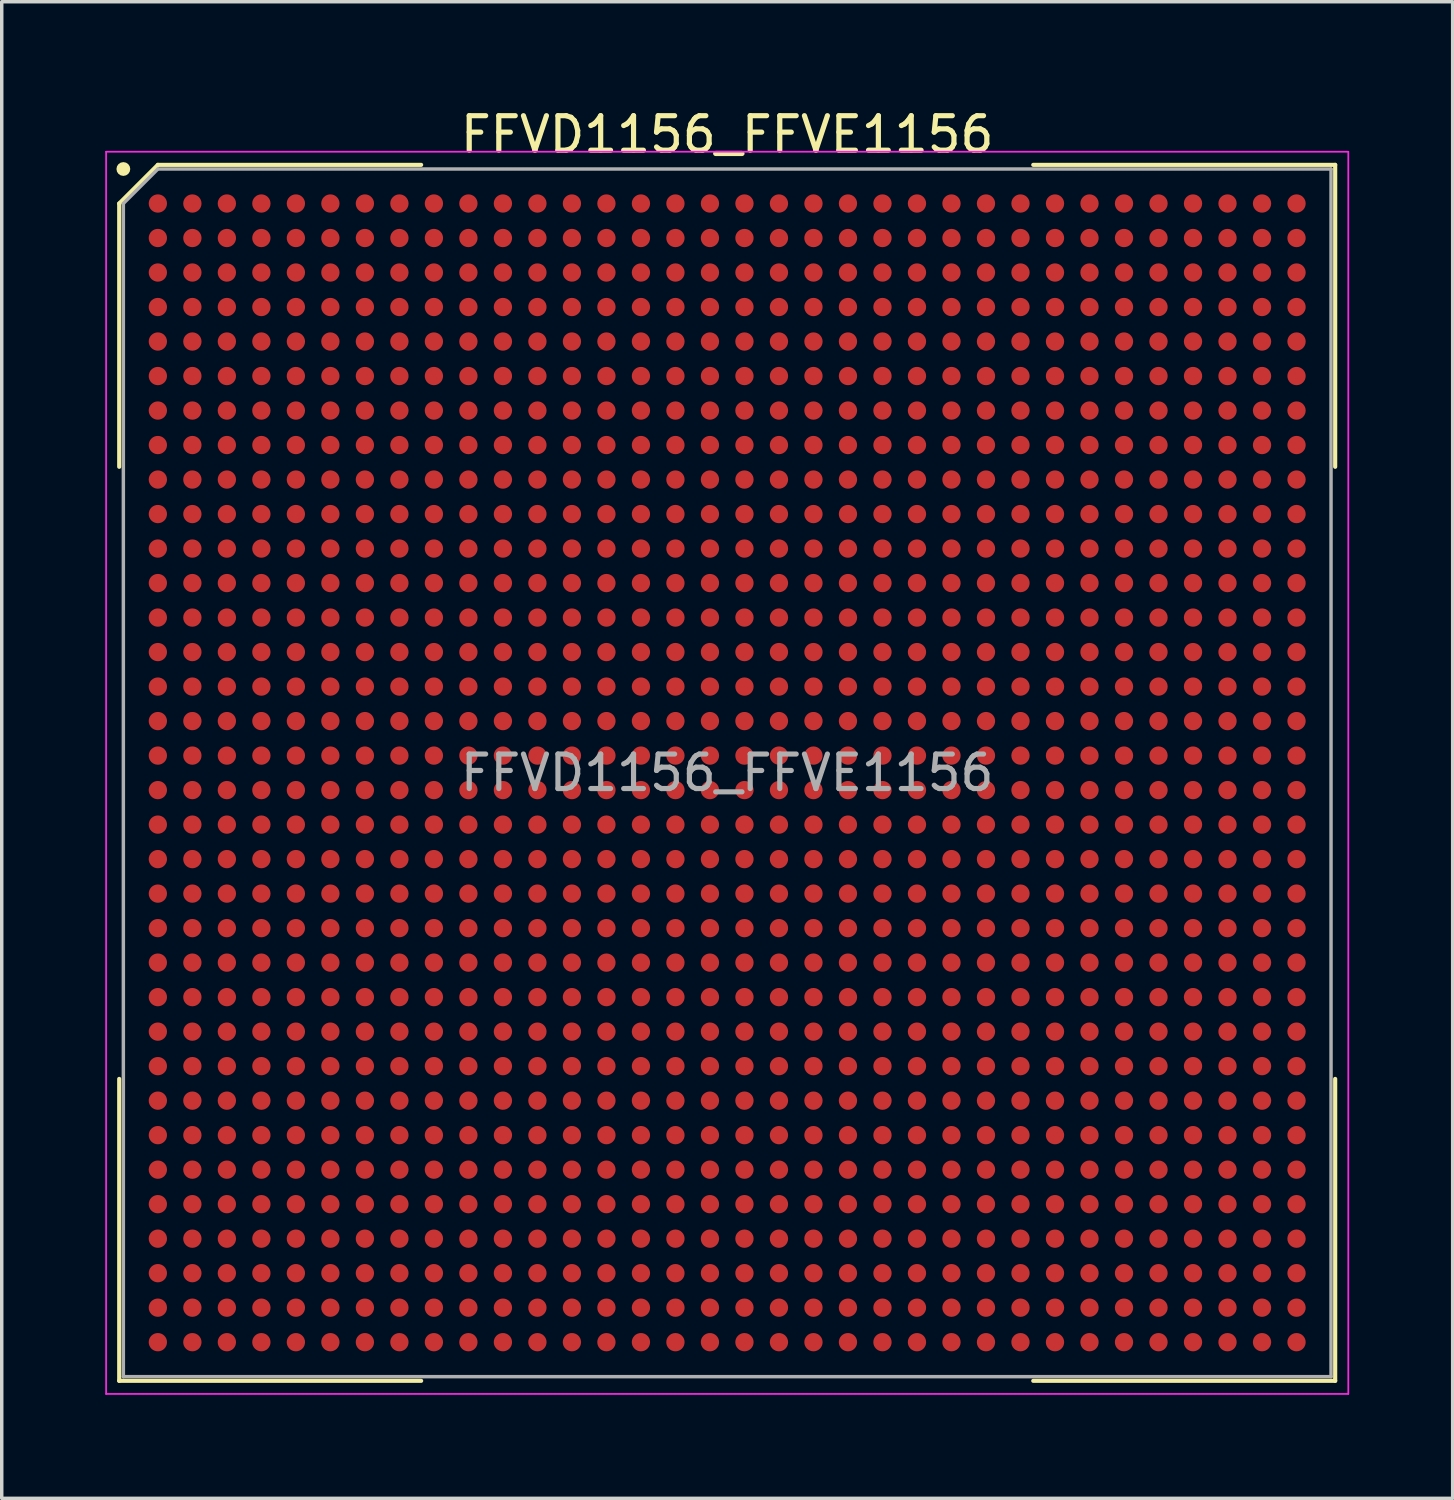
<source format=kicad_pcb>
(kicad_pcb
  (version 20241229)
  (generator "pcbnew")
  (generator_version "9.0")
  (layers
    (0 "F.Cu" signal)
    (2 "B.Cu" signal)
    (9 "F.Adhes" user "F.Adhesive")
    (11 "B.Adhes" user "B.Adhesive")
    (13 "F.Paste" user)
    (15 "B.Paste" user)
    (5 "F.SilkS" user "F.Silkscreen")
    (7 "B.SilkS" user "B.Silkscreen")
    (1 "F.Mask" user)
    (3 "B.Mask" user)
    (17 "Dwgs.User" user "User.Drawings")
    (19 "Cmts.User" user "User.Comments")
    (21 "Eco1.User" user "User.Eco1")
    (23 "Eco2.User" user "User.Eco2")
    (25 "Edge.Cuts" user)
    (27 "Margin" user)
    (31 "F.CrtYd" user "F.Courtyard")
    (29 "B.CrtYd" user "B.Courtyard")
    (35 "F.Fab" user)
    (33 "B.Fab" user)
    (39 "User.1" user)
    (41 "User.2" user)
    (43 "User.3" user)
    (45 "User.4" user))
  (footprint "FFVD1156_FFVE1156"
    (layer "F.Cu")
    (at 18.025 19.348)
    (property "Reference" "FFVD1156_FFVE1156" (at 0 -18.5 0) (layer "F.SilkS") (effects (font (size 1 1) (thickness 0.15))))
    (attr smd)
    (fp_line (start -17.62 -16.5) (end -17.62 -8.87) (stroke (width 0.12) (type default)) (layer "F.SilkS"))
    (fp_line (start -17.62 17.62) (end -17.62 8.87) (stroke (width 0.12) (type default)) (layer "F.SilkS"))
    (fp_line (start -16.5 -17.62) (end -17.62 -16.5) (stroke (width 0.12) (type default)) (layer "F.SilkS"))
    (fp_line (start -8.87 -17.62) (end -16.5 -17.62) (stroke (width 0.12) (type default)) (layer "F.SilkS"))
    (fp_line (start -8.87 17.62) (end -17.62 17.62) (stroke (width 0.12) (type default)) (layer "F.SilkS"))
    (fp_line (start 8.87 -17.62) (end 17.62 -17.62) (stroke (width 0.12) (type default)) (layer "F.SilkS"))
    (fp_line (start 8.87 17.62) (end 17.62 17.62) (stroke (width 0.12) (type default)) (layer "F.SilkS"))
    (fp_line (start 17.62 -17.62) (end 17.62 -8.87) (stroke (width 0.12) (type default)) (layer "F.SilkS"))
    (fp_line (start 17.62 17.62) (end 17.62 8.87) (stroke (width 0.12) (type default)) (layer "F.SilkS"))
    (fp_circle (center -17.5 -17.5) (end -17.5 -17.4) (stroke (width 0.2) (type default)) (fill no) (layer "F.SilkS"))
    (fp_line (start -18 -18) (end 18 -18) (stroke (width 0.05) (type default)) (layer "F.CrtYd"))
    (fp_line (start -18 18) (end -18 -18) (stroke (width 0.05) (type default)) (layer "F.CrtYd"))
    (fp_line (start 18 -18) (end 18 18) (stroke (width 0.05) (type default)) (layer "F.CrtYd"))
    (fp_line (start 18 18) (end -18 18) (stroke (width 0.05) (type default)) (layer "F.CrtYd"))
    (fp_line (start -17.5 -16.5) (end -17.5 17.5) (stroke (width 0.1) (type default)) (layer "F.Fab"))
    (fp_line (start -17.5 17.5) (end 17.5 17.5) (stroke (width 0.1) (type default)) (layer "F.Fab"))
    (fp_line (start -16.5 -17.5) (end -17.5 -16.5) (stroke (width 0.1) (type default)) (layer "F.Fab"))
    (fp_line (start 17.5 -17.5) (end -16.5 -17.5) (stroke (width 0.1) (type default)) (layer "F.Fab"))
    (fp_line (start 17.5 17.5) (end 17.5 -17.5) (stroke (width 0.1) (type default)) (layer "F.Fab"))
    (fp_text user "${REFERENCE}" (at 0 0 0) (layer "F.Fab") (effects (font (size 1 1) (thickness 0.15))))
    (pad "A1" smd circle (at -16.5 -16.5) (size 0.53 0.53) (layers "F.Cu" "F.Mask" "F.Paste"))
    (pad "A2" smd circle (at -15.5 -16.5) (size 0.53 0.53) (layers "F.Cu" "F.Mask" "F.Paste"))
    (pad "A3" smd circle (at -14.5 -16.5) (size 0.53 0.53) (layers "F.Cu" "F.Mask" "F.Paste"))
    (pad "A4" smd circle (at -13.5 -16.5) (size 0.53 0.53) (layers "F.Cu" "F.Mask" "F.Paste"))
    (pad "A5" smd circle (at -12.5 -16.5) (size 0.53 0.53) (layers "F.Cu" "F.Mask" "F.Paste"))
    (pad "A6" smd circle (at -11.5 -16.5) (size 0.53 0.53) (layers "F.Cu" "F.Mask" "F.Paste"))
    (pad "A7" smd circle (at -10.5 -16.5) (size 0.53 0.53) (layers "F.Cu" "F.Mask" "F.Paste"))
    (pad "A8" smd circle (at -9.5 -16.5) (size 0.53 0.53) (layers "F.Cu" "F.Mask" "F.Paste"))
    (pad "A9" smd circle (at -8.5 -16.5) (size 0.53 0.53) (layers "F.Cu" "F.Mask" "F.Paste"))
    (pad "A10" smd circle (at -7.5 -16.5) (size 0.53 0.53) (layers "F.Cu" "F.Mask" "F.Paste"))
    (pad "A11" smd circle (at -6.5 -16.5) (size 0.53 0.53) (layers "F.Cu" "F.Mask" "F.Paste"))
    (pad "A12" smd circle (at -5.5 -16.5) (size 0.53 0.53) (layers "F.Cu" "F.Mask" "F.Paste"))
    (pad "A13" smd circle (at -4.5 -16.5) (size 0.53 0.53) (layers "F.Cu" "F.Mask" "F.Paste"))
    (pad "A14" smd circle (at -3.5 -16.5) (size 0.53 0.53) (layers "F.Cu" "F.Mask" "F.Paste"))
    (pad "A15" smd circle (at -2.5 -16.5) (size 0.53 0.53) (layers "F.Cu" "F.Mask" "F.Paste"))
    (pad "A16" smd circle (at -1.5 -16.5) (size 0.53 0.53) (layers "F.Cu" "F.Mask" "F.Paste"))
    (pad "A17" smd circle (at -0.5 -16.5) (size 0.53 0.53) (layers "F.Cu" "F.Mask" "F.Paste"))
    (pad "A18" smd circle (at 0.5 -16.5) (size 0.53 0.53) (layers "F.Cu" "F.Mask" "F.Paste"))
    (pad "A19" smd circle (at 1.5 -16.5) (size 0.53 0.53) (layers "F.Cu" "F.Mask" "F.Paste"))
    (pad "A20" smd circle (at 2.5 -16.5) (size 0.53 0.53) (layers "F.Cu" "F.Mask" "F.Paste"))
    (pad "A21" smd circle (at 3.5 -16.5) (size 0.53 0.53) (layers "F.Cu" "F.Mask" "F.Paste"))
    (pad "A22" smd circle (at 4.5 -16.5) (size 0.53 0.53) (layers "F.Cu" "F.Mask" "F.Paste"))
    (pad "A23" smd circle (at 5.5 -16.5) (size 0.53 0.53) (layers "F.Cu" "F.Mask" "F.Paste"))
    (pad "A24" smd circle (at 6.5 -16.5) (size 0.53 0.53) (layers "F.Cu" "F.Mask" "F.Paste"))
    (pad "A25" smd circle (at 7.5 -16.5) (size 0.53 0.53) (layers "F.Cu" "F.Mask" "F.Paste"))
    (pad "A26" smd circle (at 8.5 -16.5) (size 0.53 0.53) (layers "F.Cu" "F.Mask" "F.Paste"))
    (pad "A27" smd circle (at 9.5 -16.5) (size 0.53 0.53) (layers "F.Cu" "F.Mask" "F.Paste"))
    (pad "A28" smd circle (at 10.5 -16.5) (size 0.53 0.53) (layers "F.Cu" "F.Mask" "F.Paste"))
    (pad "A29" smd circle (at 11.5 -16.5) (size 0.53 0.53) (layers "F.Cu" "F.Mask" "F.Paste"))
    (pad "A30" smd circle (at 12.5 -16.5) (size 0.53 0.53) (layers "F.Cu" "F.Mask" "F.Paste"))
    (pad "A31" smd circle (at 13.5 -16.5) (size 0.53 0.53) (layers "F.Cu" "F.Mask" "F.Paste"))
    (pad "A32" smd circle (at 14.5 -16.5) (size 0.53 0.53) (layers "F.Cu" "F.Mask" "F.Paste"))
    (pad "A33" smd circle (at 15.5 -16.5) (size 0.53 0.53) (layers "F.Cu" "F.Mask" "F.Paste"))
    (pad "A34" smd circle (at 16.5 -16.5) (size 0.53 0.53) (layers "F.Cu" "F.Mask" "F.Paste"))
    (pad "AA1" smd circle (at -16.5 3.5) (size 0.53 0.53) (layers "F.Cu" "F.Mask" "F.Paste"))
    (pad "AA2" smd circle (at -15.5 3.5) (size 0.53 0.53) (layers "F.Cu" "F.Mask" "F.Paste"))
    (pad "AA3" smd circle (at -14.5 3.5) (size 0.53 0.53) (layers "F.Cu" "F.Mask" "F.Paste"))
    (pad "AA4" smd circle (at -13.5 3.5) (size 0.53 0.53) (layers "F.Cu" "F.Mask" "F.Paste"))
    (pad "AA5" smd circle (at -12.5 3.5) (size 0.53 0.53) (layers "F.Cu" "F.Mask" "F.Paste"))
    (pad "AA6" smd circle (at -11.5 3.5) (size 0.53 0.53) (layers "F.Cu" "F.Mask" "F.Paste"))
    (pad "AA7" smd circle (at -10.5 3.5) (size 0.53 0.53) (layers "F.Cu" "F.Mask" "F.Paste"))
    (pad "AA8" smd circle (at -9.5 3.5) (size 0.53 0.53) (layers "F.Cu" "F.Mask" "F.Paste"))
    (pad "AA9" smd circle (at -8.5 3.5) (size 0.53 0.53) (layers "F.Cu" "F.Mask" "F.Paste"))
    (pad "AA10" smd circle (at -7.5 3.5) (size 0.53 0.53) (layers "F.Cu" "F.Mask" "F.Paste"))
    (pad "AA11" smd circle (at -6.5 3.5) (size 0.53 0.53) (layers "F.Cu" "F.Mask" "F.Paste"))
    (pad "AA12" smd circle (at -5.5 3.5) (size 0.53 0.53) (layers "F.Cu" "F.Mask" "F.Paste"))
    (pad "AA13" smd circle (at -4.5 3.5) (size 0.53 0.53) (layers "F.Cu" "F.Mask" "F.Paste"))
    (pad "AA14" smd circle (at -3.5 3.5) (size 0.53 0.53) (layers "F.Cu" "F.Mask" "F.Paste"))
    (pad "AA15" smd circle (at -2.5 3.5) (size 0.53 0.53) (layers "F.Cu" "F.Mask" "F.Paste"))
    (pad "AA16" smd circle (at -1.5 3.5) (size 0.53 0.53) (layers "F.Cu" "F.Mask" "F.Paste"))
    (pad "AA17" smd circle (at -0.5 3.5) (size 0.53 0.53) (layers "F.Cu" "F.Mask" "F.Paste"))
    (pad "AA18" smd circle (at 0.5 3.5) (size 0.53 0.53) (layers "F.Cu" "F.Mask" "F.Paste"))
    (pad "AA19" smd circle (at 1.5 3.5) (size 0.53 0.53) (layers "F.Cu" "F.Mask" "F.Paste"))
    (pad "AA20" smd circle (at 2.5 3.5) (size 0.53 0.53) (layers "F.Cu" "F.Mask" "F.Paste"))
    (pad "AA21" smd circle (at 3.5 3.5) (size 0.53 0.53) (layers "F.Cu" "F.Mask" "F.Paste"))
    (pad "AA22" smd circle (at 4.5 3.5) (size 0.53 0.53) (layers "F.Cu" "F.Mask" "F.Paste"))
    (pad "AA23" smd circle (at 5.5 3.5) (size 0.53 0.53) (layers "F.Cu" "F.Mask" "F.Paste"))
    (pad "AA24" smd circle (at 6.5 3.5) (size 0.53 0.53) (layers "F.Cu" "F.Mask" "F.Paste"))
    (pad "AA25" smd circle (at 7.5 3.5) (size 0.53 0.53) (layers "F.Cu" "F.Mask" "F.Paste"))
    (pad "AA26" smd circle (at 8.5 3.5) (size 0.53 0.53) (layers "F.Cu" "F.Mask" "F.Paste"))
    (pad "AA27" smd circle (at 9.5 3.5) (size 0.53 0.53) (layers "F.Cu" "F.Mask" "F.Paste"))
    (pad "AA28" smd circle (at 10.5 3.5) (size 0.53 0.53) (layers "F.Cu" "F.Mask" "F.Paste"))
    (pad "AA29" smd circle (at 11.5 3.5) (size 0.53 0.53) (layers "F.Cu" "F.Mask" "F.Paste"))
    (pad "AA30" smd circle (at 12.5 3.5) (size 0.53 0.53) (layers "F.Cu" "F.Mask" "F.Paste"))
    (pad "AA31" smd circle (at 13.5 3.5) (size 0.53 0.53) (layers "F.Cu" "F.Mask" "F.Paste"))
    (pad "AA32" smd circle (at 14.5 3.5) (size 0.53 0.53) (layers "F.Cu" "F.Mask" "F.Paste"))
    (pad "AA33" smd circle (at 15.5 3.5) (size 0.53 0.53) (layers "F.Cu" "F.Mask" "F.Paste"))
    (pad "AA34" smd circle (at 16.5 3.5) (size 0.53 0.53) (layers "F.Cu" "F.Mask" "F.Paste"))
    (pad "AB1" smd circle (at -16.5 4.5) (size 0.53 0.53) (layers "F.Cu" "F.Mask" "F.Paste"))
    (pad "AB2" smd circle (at -15.5 4.5) (size 0.53 0.53) (layers "F.Cu" "F.Mask" "F.Paste"))
    (pad "AB3" smd circle (at -14.5 4.5) (size 0.53 0.53) (layers "F.Cu" "F.Mask" "F.Paste"))
    (pad "AB4" smd circle (at -13.5 4.5) (size 0.53 0.53) (layers "F.Cu" "F.Mask" "F.Paste"))
    (pad "AB5" smd circle (at -12.5 4.5) (size 0.53 0.53) (layers "F.Cu" "F.Mask" "F.Paste"))
    (pad "AB6" smd circle (at -11.5 4.5) (size 0.53 0.53) (layers "F.Cu" "F.Mask" "F.Paste"))
    (pad "AB7" smd circle (at -10.5 4.5) (size 0.53 0.53) (layers "F.Cu" "F.Mask" "F.Paste"))
    (pad "AB8" smd circle (at -9.5 4.5) (size 0.53 0.53) (layers "F.Cu" "F.Mask" "F.Paste"))
    (pad "AB9" smd circle (at -8.5 4.5) (size 0.53 0.53) (layers "F.Cu" "F.Mask" "F.Paste"))
    (pad "AB10" smd circle (at -7.5 4.5) (size 0.53 0.53) (layers "F.Cu" "F.Mask" "F.Paste"))
    (pad "AB11" smd circle (at -6.5 4.5) (size 0.53 0.53) (layers "F.Cu" "F.Mask" "F.Paste"))
    (pad "AB12" smd circle (at -5.5 4.5) (size 0.53 0.53) (layers "F.Cu" "F.Mask" "F.Paste"))
    (pad "AB13" smd circle (at -4.5 4.5) (size 0.53 0.53) (layers "F.Cu" "F.Mask" "F.Paste"))
    (pad "AB14" smd circle (at -3.5 4.5) (size 0.53 0.53) (layers "F.Cu" "F.Mask" "F.Paste"))
    (pad "AB15" smd circle (at -2.5 4.5) (size 0.53 0.53) (layers "F.Cu" "F.Mask" "F.Paste"))
    (pad "AB16" smd circle (at -1.5 4.5) (size 0.53 0.53) (layers "F.Cu" "F.Mask" "F.Paste"))
    (pad "AB17" smd circle (at -0.5 4.5) (size 0.53 0.53) (layers "F.Cu" "F.Mask" "F.Paste"))
    (pad "AB18" smd circle (at 0.5 4.5) (size 0.53 0.53) (layers "F.Cu" "F.Mask" "F.Paste"))
    (pad "AB19" smd circle (at 1.5 4.5) (size 0.53 0.53) (layers "F.Cu" "F.Mask" "F.Paste"))
    (pad "AB20" smd circle (at 2.5 4.5) (size 0.53 0.53) (layers "F.Cu" "F.Mask" "F.Paste"))
    (pad "AB21" smd circle (at 3.5 4.5) (size 0.53 0.53) (layers "F.Cu" "F.Mask" "F.Paste"))
    (pad "AB22" smd circle (at 4.5 4.5) (size 0.53 0.53) (layers "F.Cu" "F.Mask" "F.Paste"))
    (pad "AB23" smd circle (at 5.5 4.5) (size 0.53 0.53) (layers "F.Cu" "F.Mask" "F.Paste"))
    (pad "AB24" smd circle (at 6.5 4.5) (size 0.53 0.53) (layers "F.Cu" "F.Mask" "F.Paste"))
    (pad "AB25" smd circle (at 7.5 4.5) (size 0.53 0.53) (layers "F.Cu" "F.Mask" "F.Paste"))
    (pad "AB26" smd circle (at 8.5 4.5) (size 0.53 0.53) (layers "F.Cu" "F.Mask" "F.Paste"))
    (pad "AB27" smd circle (at 9.5 4.5) (size 0.53 0.53) (layers "F.Cu" "F.Mask" "F.Paste"))
    (pad "AB28" smd circle (at 10.5 4.5) (size 0.53 0.53) (layers "F.Cu" "F.Mask" "F.Paste"))
    (pad "AB29" smd circle (at 11.5 4.5) (size 0.53 0.53) (layers "F.Cu" "F.Mask" "F.Paste"))
    (pad "AB30" smd circle (at 12.5 4.5) (size 0.53 0.53) (layers "F.Cu" "F.Mask" "F.Paste"))
    (pad "AB31" smd circle (at 13.5 4.5) (size 0.53 0.53) (layers "F.Cu" "F.Mask" "F.Paste"))
    (pad "AB32" smd circle (at 14.5 4.5) (size 0.53 0.53) (layers "F.Cu" "F.Mask" "F.Paste"))
    (pad "AB33" smd circle (at 15.5 4.5) (size 0.53 0.53) (layers "F.Cu" "F.Mask" "F.Paste"))
    (pad "AB34" smd circle (at 16.5 4.5) (size 0.53 0.53) (layers "F.Cu" "F.Mask" "F.Paste"))
    (pad "AC1" smd circle (at -16.5 5.5) (size 0.53 0.53) (layers "F.Cu" "F.Mask" "F.Paste"))
    (pad "AC2" smd circle (at -15.5 5.5) (size 0.53 0.53) (layers "F.Cu" "F.Mask" "F.Paste"))
    (pad "AC3" smd circle (at -14.5 5.5) (size 0.53 0.53) (layers "F.Cu" "F.Mask" "F.Paste"))
    (pad "AC4" smd circle (at -13.5 5.5) (size 0.53 0.53) (layers "F.Cu" "F.Mask" "F.Paste"))
    (pad "AC5" smd circle (at -12.5 5.5) (size 0.53 0.53) (layers "F.Cu" "F.Mask" "F.Paste"))
    (pad "AC6" smd circle (at -11.5 5.5) (size 0.53 0.53) (layers "F.Cu" "F.Mask" "F.Paste"))
    (pad "AC7" smd circle (at -10.5 5.5) (size 0.53 0.53) (layers "F.Cu" "F.Mask" "F.Paste"))
    (pad "AC8" smd circle (at -9.5 5.5) (size 0.53 0.53) (layers "F.Cu" "F.Mask" "F.Paste"))
    (pad "AC9" smd circle (at -8.5 5.5) (size 0.53 0.53) (layers "F.Cu" "F.Mask" "F.Paste"))
    (pad "AC10" smd circle (at -7.5 5.5) (size 0.53 0.53) (layers "F.Cu" "F.Mask" "F.Paste"))
    (pad "AC11" smd circle (at -6.5 5.5) (size 0.53 0.53) (layers "F.Cu" "F.Mask" "F.Paste"))
    (pad "AC12" smd circle (at -5.5 5.5) (size 0.53 0.53) (layers "F.Cu" "F.Mask" "F.Paste"))
    (pad "AC13" smd circle (at -4.5 5.5) (size 0.53 0.53) (layers "F.Cu" "F.Mask" "F.Paste"))
    (pad "AC14" smd circle (at -3.5 5.5) (size 0.53 0.53) (layers "F.Cu" "F.Mask" "F.Paste"))
    (pad "AC15" smd circle (at -2.5 5.5) (size 0.53 0.53) (layers "F.Cu" "F.Mask" "F.Paste"))
    (pad "AC16" smd circle (at -1.5 5.5) (size 0.53 0.53) (layers "F.Cu" "F.Mask" "F.Paste"))
    (pad "AC17" smd circle (at -0.5 5.5) (size 0.53 0.53) (layers "F.Cu" "F.Mask" "F.Paste"))
    (pad "AC18" smd circle (at 0.5 5.5) (size 0.53 0.53) (layers "F.Cu" "F.Mask" "F.Paste"))
    (pad "AC19" smd circle (at 1.5 5.5) (size 0.53 0.53) (layers "F.Cu" "F.Mask" "F.Paste"))
    (pad "AC20" smd circle (at 2.5 5.5) (size 0.53 0.53) (layers "F.Cu" "F.Mask" "F.Paste"))
    (pad "AC21" smd circle (at 3.5 5.5) (size 0.53 0.53) (layers "F.Cu" "F.Mask" "F.Paste"))
    (pad "AC22" smd circle (at 4.5 5.5) (size 0.53 0.53) (layers "F.Cu" "F.Mask" "F.Paste"))
    (pad "AC23" smd circle (at 5.5 5.5) (size 0.53 0.53) (layers "F.Cu" "F.Mask" "F.Paste"))
    (pad "AC24" smd circle (at 6.5 5.5) (size 0.53 0.53) (layers "F.Cu" "F.Mask" "F.Paste"))
    (pad "AC25" smd circle (at 7.5 5.5) (size 0.53 0.53) (layers "F.Cu" "F.Mask" "F.Paste"))
    (pad "AC26" smd circle (at 8.5 5.5) (size 0.53 0.53) (layers "F.Cu" "F.Mask" "F.Paste"))
    (pad "AC27" smd circle (at 9.5 5.5) (size 0.53 0.53) (layers "F.Cu" "F.Mask" "F.Paste"))
    (pad "AC28" smd circle (at 10.5 5.5) (size 0.53 0.53) (layers "F.Cu" "F.Mask" "F.Paste"))
    (pad "AC29" smd circle (at 11.5 5.5) (size 0.53 0.53) (layers "F.Cu" "F.Mask" "F.Paste"))
    (pad "AC30" smd circle (at 12.5 5.5) (size 0.53 0.53) (layers "F.Cu" "F.Mask" "F.Paste"))
    (pad "AC31" smd circle (at 13.5 5.5) (size 0.53 0.53) (layers "F.Cu" "F.Mask" "F.Paste"))
    (pad "AC32" smd circle (at 14.5 5.5) (size 0.53 0.53) (layers "F.Cu" "F.Mask" "F.Paste"))
    (pad "AC33" smd circle (at 15.5 5.5) (size 0.53 0.53) (layers "F.Cu" "F.Mask" "F.Paste"))
    (pad "AC34" smd circle (at 16.5 5.5) (size 0.53 0.53) (layers "F.Cu" "F.Mask" "F.Paste"))
    (pad "AD1" smd circle (at -16.5 6.5) (size 0.53 0.53) (layers "F.Cu" "F.Mask" "F.Paste"))
    (pad "AD2" smd circle (at -15.5 6.5) (size 0.53 0.53) (layers "F.Cu" "F.Mask" "F.Paste"))
    (pad "AD3" smd circle (at -14.5 6.5) (size 0.53 0.53) (layers "F.Cu" "F.Mask" "F.Paste"))
    (pad "AD4" smd circle (at -13.5 6.5) (size 0.53 0.53) (layers "F.Cu" "F.Mask" "F.Paste"))
    (pad "AD5" smd circle (at -12.5 6.5) (size 0.53 0.53) (layers "F.Cu" "F.Mask" "F.Paste"))
    (pad "AD6" smd circle (at -11.5 6.5) (size 0.53 0.53) (layers "F.Cu" "F.Mask" "F.Paste"))
    (pad "AD7" smd circle (at -10.5 6.5) (size 0.53 0.53) (layers "F.Cu" "F.Mask" "F.Paste"))
    (pad "AD8" smd circle (at -9.5 6.5) (size 0.53 0.53) (layers "F.Cu" "F.Mask" "F.Paste"))
    (pad "AD9" smd circle (at -8.5 6.5) (size 0.53 0.53) (layers "F.Cu" "F.Mask" "F.Paste"))
    (pad "AD10" smd circle (at -7.5 6.5) (size 0.53 0.53) (layers "F.Cu" "F.Mask" "F.Paste"))
    (pad "AD11" smd circle (at -6.5 6.5) (size 0.53 0.53) (layers "F.Cu" "F.Mask" "F.Paste"))
    (pad "AD12" smd circle (at -5.5 6.5) (size 0.53 0.53) (layers "F.Cu" "F.Mask" "F.Paste"))
    (pad "AD13" smd circle (at -4.5 6.5) (size 0.53 0.53) (layers "F.Cu" "F.Mask" "F.Paste"))
    (pad "AD14" smd circle (at -3.5 6.5) (size 0.53 0.53) (layers "F.Cu" "F.Mask" "F.Paste"))
    (pad "AD15" smd circle (at -2.5 6.5) (size 0.53 0.53) (layers "F.Cu" "F.Mask" "F.Paste"))
    (pad "AD16" smd circle (at -1.5 6.5) (size 0.53 0.53) (layers "F.Cu" "F.Mask" "F.Paste"))
    (pad "AD17" smd circle (at -0.5 6.5) (size 0.53 0.53) (layers "F.Cu" "F.Mask" "F.Paste"))
    (pad "AD18" smd circle (at 0.5 6.5) (size 0.53 0.53) (layers "F.Cu" "F.Mask" "F.Paste"))
    (pad "AD19" smd circle (at 1.5 6.5) (size 0.53 0.53) (layers "F.Cu" "F.Mask" "F.Paste"))
    (pad "AD20" smd circle (at 2.5 6.5) (size 0.53 0.53) (layers "F.Cu" "F.Mask" "F.Paste"))
    (pad "AD21" smd circle (at 3.5 6.5) (size 0.53 0.53) (layers "F.Cu" "F.Mask" "F.Paste"))
    (pad "AD22" smd circle (at 4.5 6.5) (size 0.53 0.53) (layers "F.Cu" "F.Mask" "F.Paste"))
    (pad "AD23" smd circle (at 5.5 6.5) (size 0.53 0.53) (layers "F.Cu" "F.Mask" "F.Paste"))
    (pad "AD24" smd circle (at 6.5 6.5) (size 0.53 0.53) (layers "F.Cu" "F.Mask" "F.Paste"))
    (pad "AD25" smd circle (at 7.5 6.5) (size 0.53 0.53) (layers "F.Cu" "F.Mask" "F.Paste"))
    (pad "AD26" smd circle (at 8.5 6.5) (size 0.53 0.53) (layers "F.Cu" "F.Mask" "F.Paste"))
    (pad "AD27" smd circle (at 9.5 6.5) (size 0.53 0.53) (layers "F.Cu" "F.Mask" "F.Paste"))
    (pad "AD28" smd circle (at 10.5 6.5) (size 0.53 0.53) (layers "F.Cu" "F.Mask" "F.Paste"))
    (pad "AD29" smd circle (at 11.5 6.5) (size 0.53 0.53) (layers "F.Cu" "F.Mask" "F.Paste"))
    (pad "AD30" smd circle (at 12.5 6.5) (size 0.53 0.53) (layers "F.Cu" "F.Mask" "F.Paste"))
    (pad "AD31" smd circle (at 13.5 6.5) (size 0.53 0.53) (layers "F.Cu" "F.Mask" "F.Paste"))
    (pad "AD32" smd circle (at 14.5 6.5) (size 0.53 0.53) (layers "F.Cu" "F.Mask" "F.Paste"))
    (pad "AD33" smd circle (at 15.5 6.5) (size 0.53 0.53) (layers "F.Cu" "F.Mask" "F.Paste"))
    (pad "AD34" smd circle (at 16.5 6.5) (size 0.53 0.53) (layers "F.Cu" "F.Mask" "F.Paste"))
    (pad "AE1" smd circle (at -16.5 7.5) (size 0.53 0.53) (layers "F.Cu" "F.Mask" "F.Paste"))
    (pad "AE2" smd circle (at -15.5 7.5) (size 0.53 0.53) (layers "F.Cu" "F.Mask" "F.Paste"))
    (pad "AE3" smd circle (at -14.5 7.5) (size 0.53 0.53) (layers "F.Cu" "F.Mask" "F.Paste"))
    (pad "AE4" smd circle (at -13.5 7.5) (size 0.53 0.53) (layers "F.Cu" "F.Mask" "F.Paste"))
    (pad "AE5" smd circle (at -12.5 7.5) (size 0.53 0.53) (layers "F.Cu" "F.Mask" "F.Paste"))
    (pad "AE6" smd circle (at -11.5 7.5) (size 0.53 0.53) (layers "F.Cu" "F.Mask" "F.Paste"))
    (pad "AE7" smd circle (at -10.5 7.5) (size 0.53 0.53) (layers "F.Cu" "F.Mask" "F.Paste"))
    (pad "AE8" smd circle (at -9.5 7.5) (size 0.53 0.53) (layers "F.Cu" "F.Mask" "F.Paste"))
    (pad "AE9" smd circle (at -8.5 7.5) (size 0.53 0.53) (layers "F.Cu" "F.Mask" "F.Paste"))
    (pad "AE10" smd circle (at -7.5 7.5) (size 0.53 0.53) (layers "F.Cu" "F.Mask" "F.Paste"))
    (pad "AE11" smd circle (at -6.5 7.5) (size 0.53 0.53) (layers "F.Cu" "F.Mask" "F.Paste"))
    (pad "AE12" smd circle (at -5.5 7.5) (size 0.53 0.53) (layers "F.Cu" "F.Mask" "F.Paste"))
    (pad "AE13" smd circle (at -4.5 7.5) (size 0.53 0.53) (layers "F.Cu" "F.Mask" "F.Paste"))
    (pad "AE14" smd circle (at -3.5 7.5) (size 0.53 0.53) (layers "F.Cu" "F.Mask" "F.Paste"))
    (pad "AE15" smd circle (at -2.5 7.5) (size 0.53 0.53) (layers "F.Cu" "F.Mask" "F.Paste"))
    (pad "AE16" smd circle (at -1.5 7.5) (size 0.53 0.53) (layers "F.Cu" "F.Mask" "F.Paste"))
    (pad "AE17" smd circle (at -0.5 7.5) (size 0.53 0.53) (layers "F.Cu" "F.Mask" "F.Paste"))
    (pad "AE18" smd circle (at 0.5 7.5) (size 0.53 0.53) (layers "F.Cu" "F.Mask" "F.Paste"))
    (pad "AE19" smd circle (at 1.5 7.5) (size 0.53 0.53) (layers "F.Cu" "F.Mask" "F.Paste"))
    (pad "AE20" smd circle (at 2.5 7.5) (size 0.53 0.53) (layers "F.Cu" "F.Mask" "F.Paste"))
    (pad "AE21" smd circle (at 3.5 7.5) (size 0.53 0.53) (layers "F.Cu" "F.Mask" "F.Paste"))
    (pad "AE22" smd circle (at 4.5 7.5) (size 0.53 0.53) (layers "F.Cu" "F.Mask" "F.Paste"))
    (pad "AE23" smd circle (at 5.5 7.5) (size 0.53 0.53) (layers "F.Cu" "F.Mask" "F.Paste"))
    (pad "AE24" smd circle (at 6.5 7.5) (size 0.53 0.53) (layers "F.Cu" "F.Mask" "F.Paste"))
    (pad "AE25" smd circle (at 7.5 7.5) (size 0.53 0.53) (layers "F.Cu" "F.Mask" "F.Paste"))
    (pad "AE26" smd circle (at 8.5 7.5) (size 0.53 0.53) (layers "F.Cu" "F.Mask" "F.Paste"))
    (pad "AE27" smd circle (at 9.5 7.5) (size 0.53 0.53) (layers "F.Cu" "F.Mask" "F.Paste"))
    (pad "AE28" smd circle (at 10.5 7.5) (size 0.53 0.53) (layers "F.Cu" "F.Mask" "F.Paste"))
    (pad "AE29" smd circle (at 11.5 7.5) (size 0.53 0.53) (layers "F.Cu" "F.Mask" "F.Paste"))
    (pad "AE30" smd circle (at 12.5 7.5) (size 0.53 0.53) (layers "F.Cu" "F.Mask" "F.Paste"))
    (pad "AE31" smd circle (at 13.5 7.5) (size 0.53 0.53) (layers "F.Cu" "F.Mask" "F.Paste"))
    (pad "AE32" smd circle (at 14.5 7.5) (size 0.53 0.53) (layers "F.Cu" "F.Mask" "F.Paste"))
    (pad "AE33" smd circle (at 15.5 7.5) (size 0.53 0.53) (layers "F.Cu" "F.Mask" "F.Paste"))
    (pad "AE34" smd circle (at 16.5 7.5) (size 0.53 0.53) (layers "F.Cu" "F.Mask" "F.Paste"))
    (pad "AF1" smd circle (at -16.5 8.5) (size 0.53 0.53) (layers "F.Cu" "F.Mask" "F.Paste"))
    (pad "AF2" smd circle (at -15.5 8.5) (size 0.53 0.53) (layers "F.Cu" "F.Mask" "F.Paste"))
    (pad "AF3" smd circle (at -14.5 8.5) (size 0.53 0.53) (layers "F.Cu" "F.Mask" "F.Paste"))
    (pad "AF4" smd circle (at -13.5 8.5) (size 0.53 0.53) (layers "F.Cu" "F.Mask" "F.Paste"))
    (pad "AF5" smd circle (at -12.5 8.5) (size 0.53 0.53) (layers "F.Cu" "F.Mask" "F.Paste"))
    (pad "AF6" smd circle (at -11.5 8.5) (size 0.53 0.53) (layers "F.Cu" "F.Mask" "F.Paste"))
    (pad "AF7" smd circle (at -10.5 8.5) (size 0.53 0.53) (layers "F.Cu" "F.Mask" "F.Paste"))
    (pad "AF8" smd circle (at -9.5 8.5) (size 0.53 0.53) (layers "F.Cu" "F.Mask" "F.Paste"))
    (pad "AF9" smd circle (at -8.5 8.5) (size 0.53 0.53) (layers "F.Cu" "F.Mask" "F.Paste"))
    (pad "AF10" smd circle (at -7.5 8.5) (size 0.53 0.53) (layers "F.Cu" "F.Mask" "F.Paste"))
    (pad "AF11" smd circle (at -6.5 8.5) (size 0.53 0.53) (layers "F.Cu" "F.Mask" "F.Paste"))
    (pad "AF12" smd circle (at -5.5 8.5) (size 0.53 0.53) (layers "F.Cu" "F.Mask" "F.Paste"))
    (pad "AF13" smd circle (at -4.5 8.5) (size 0.53 0.53) (layers "F.Cu" "F.Mask" "F.Paste"))
    (pad "AF14" smd circle (at -3.5 8.5) (size 0.53 0.53) (layers "F.Cu" "F.Mask" "F.Paste"))
    (pad "AF15" smd circle (at -2.5 8.5) (size 0.53 0.53) (layers "F.Cu" "F.Mask" "F.Paste"))
    (pad "AF16" smd circle (at -1.5 8.5) (size 0.53 0.53) (layers "F.Cu" "F.Mask" "F.Paste"))
    (pad "AF17" smd circle (at -0.5 8.5) (size 0.53 0.53) (layers "F.Cu" "F.Mask" "F.Paste"))
    (pad "AF18" smd circle (at 0.5 8.5) (size 0.53 0.53) (layers "F.Cu" "F.Mask" "F.Paste"))
    (pad "AF19" smd circle (at 1.5 8.5) (size 0.53 0.53) (layers "F.Cu" "F.Mask" "F.Paste"))
    (pad "AF20" smd circle (at 2.5 8.5) (size 0.53 0.53) (layers "F.Cu" "F.Mask" "F.Paste"))
    (pad "AF21" smd circle (at 3.5 8.5) (size 0.53 0.53) (layers "F.Cu" "F.Mask" "F.Paste"))
    (pad "AF22" smd circle (at 4.5 8.5) (size 0.53 0.53) (layers "F.Cu" "F.Mask" "F.Paste"))
    (pad "AF23" smd circle (at 5.5 8.5) (size 0.53 0.53) (layers "F.Cu" "F.Mask" "F.Paste"))
    (pad "AF24" smd circle (at 6.5 8.5) (size 0.53 0.53) (layers "F.Cu" "F.Mask" "F.Paste"))
    (pad "AF25" smd circle (at 7.5 8.5) (size 0.53 0.53) (layers "F.Cu" "F.Mask" "F.Paste"))
    (pad "AF26" smd circle (at 8.5 8.5) (size 0.53 0.53) (layers "F.Cu" "F.Mask" "F.Paste"))
    (pad "AF27" smd circle (at 9.5 8.5) (size 0.53 0.53) (layers "F.Cu" "F.Mask" "F.Paste"))
    (pad "AF28" smd circle (at 10.5 8.5) (size 0.53 0.53) (layers "F.Cu" "F.Mask" "F.Paste"))
    (pad "AF29" smd circle (at 11.5 8.5) (size 0.53 0.53) (layers "F.Cu" "F.Mask" "F.Paste"))
    (pad "AF30" smd circle (at 12.5 8.5) (size 0.53 0.53) (layers "F.Cu" "F.Mask" "F.Paste"))
    (pad "AF31" smd circle (at 13.5 8.5) (size 0.53 0.53) (layers "F.Cu" "F.Mask" "F.Paste"))
    (pad "AF32" smd circle (at 14.5 8.5) (size 0.53 0.53) (layers "F.Cu" "F.Mask" "F.Paste"))
    (pad "AF33" smd circle (at 15.5 8.5) (size 0.53 0.53) (layers "F.Cu" "F.Mask" "F.Paste"))
    (pad "AF34" smd circle (at 16.5 8.5) (size 0.53 0.53) (layers "F.Cu" "F.Mask" "F.Paste"))
    (pad "AG1" smd circle (at -16.5 9.5) (size 0.53 0.53) (layers "F.Cu" "F.Mask" "F.Paste"))
    (pad "AG2" smd circle (at -15.5 9.5) (size 0.53 0.53) (layers "F.Cu" "F.Mask" "F.Paste"))
    (pad "AG3" smd circle (at -14.5 9.5) (size 0.53 0.53) (layers "F.Cu" "F.Mask" "F.Paste"))
    (pad "AG4" smd circle (at -13.5 9.5) (size 0.53 0.53) (layers "F.Cu" "F.Mask" "F.Paste"))
    (pad "AG5" smd circle (at -12.5 9.5) (size 0.53 0.53) (layers "F.Cu" "F.Mask" "F.Paste"))
    (pad "AG6" smd circle (at -11.5 9.5) (size 0.53 0.53) (layers "F.Cu" "F.Mask" "F.Paste"))
    (pad "AG7" smd circle (at -10.5 9.5) (size 0.53 0.53) (layers "F.Cu" "F.Mask" "F.Paste"))
    (pad "AG8" smd circle (at -9.5 9.5) (size 0.53 0.53) (layers "F.Cu" "F.Mask" "F.Paste"))
    (pad "AG9" smd circle (at -8.5 9.5) (size 0.53 0.53) (layers "F.Cu" "F.Mask" "F.Paste"))
    (pad "AG10" smd circle (at -7.5 9.5) (size 0.53 0.53) (layers "F.Cu" "F.Mask" "F.Paste"))
    (pad "AG11" smd circle (at -6.5 9.5) (size 0.53 0.53) (layers "F.Cu" "F.Mask" "F.Paste"))
    (pad "AG12" smd circle (at -5.5 9.5) (size 0.53 0.53) (layers "F.Cu" "F.Mask" "F.Paste"))
    (pad "AG13" smd circle (at -4.5 9.5) (size 0.53 0.53) (layers "F.Cu" "F.Mask" "F.Paste"))
    (pad "AG14" smd circle (at -3.5 9.5) (size 0.53 0.53) (layers "F.Cu" "F.Mask" "F.Paste"))
    (pad "AG15" smd circle (at -2.5 9.5) (size 0.53 0.53) (layers "F.Cu" "F.Mask" "F.Paste"))
    (pad "AG16" smd circle (at -1.5 9.5) (size 0.53 0.53) (layers "F.Cu" "F.Mask" "F.Paste"))
    (pad "AG17" smd circle (at -0.5 9.5) (size 0.53 0.53) (layers "F.Cu" "F.Mask" "F.Paste"))
    (pad "AG18" smd circle (at 0.5 9.5) (size 0.53 0.53) (layers "F.Cu" "F.Mask" "F.Paste"))
    (pad "AG19" smd circle (at 1.5 9.5) (size 0.53 0.53) (layers "F.Cu" "F.Mask" "F.Paste"))
    (pad "AG20" smd circle (at 2.5 9.5) (size 0.53 0.53) (layers "F.Cu" "F.Mask" "F.Paste"))
    (pad "AG21" smd circle (at 3.5 9.5) (size 0.53 0.53) (layers "F.Cu" "F.Mask" "F.Paste"))
    (pad "AG22" smd circle (at 4.5 9.5) (size 0.53 0.53) (layers "F.Cu" "F.Mask" "F.Paste"))
    (pad "AG23" smd circle (at 5.5 9.5) (size 0.53 0.53) (layers "F.Cu" "F.Mask" "F.Paste"))
    (pad "AG24" smd circle (at 6.5 9.5) (size 0.53 0.53) (layers "F.Cu" "F.Mask" "F.Paste"))
    (pad "AG25" smd circle (at 7.5 9.5) (size 0.53 0.53) (layers "F.Cu" "F.Mask" "F.Paste"))
    (pad "AG26" smd circle (at 8.5 9.5) (size 0.53 0.53) (layers "F.Cu" "F.Mask" "F.Paste"))
    (pad "AG27" smd circle (at 9.5 9.5) (size 0.53 0.53) (layers "F.Cu" "F.Mask" "F.Paste"))
    (pad "AG28" smd circle (at 10.5 9.5) (size 0.53 0.53) (layers "F.Cu" "F.Mask" "F.Paste"))
    (pad "AG29" smd circle (at 11.5 9.5) (size 0.53 0.53) (layers "F.Cu" "F.Mask" "F.Paste"))
    (pad "AG30" smd circle (at 12.5 9.5) (size 0.53 0.53) (layers "F.Cu" "F.Mask" "F.Paste"))
    (pad "AG31" smd circle (at 13.5 9.5) (size 0.53 0.53) (layers "F.Cu" "F.Mask" "F.Paste"))
    (pad "AG32" smd circle (at 14.5 9.5) (size 0.53 0.53) (layers "F.Cu" "F.Mask" "F.Paste"))
    (pad "AG33" smd circle (at 15.5 9.5) (size 0.53 0.53) (layers "F.Cu" "F.Mask" "F.Paste"))
    (pad "AG34" smd circle (at 16.5 9.5) (size 0.53 0.53) (layers "F.Cu" "F.Mask" "F.Paste"))
    (pad "AH1" smd circle (at -16.5 10.5) (size 0.53 0.53) (layers "F.Cu" "F.Mask" "F.Paste"))
    (pad "AH2" smd circle (at -15.5 10.5) (size 0.53 0.53) (layers "F.Cu" "F.Mask" "F.Paste"))
    (pad "AH3" smd circle (at -14.5 10.5) (size 0.53 0.53) (layers "F.Cu" "F.Mask" "F.Paste"))
    (pad "AH4" smd circle (at -13.5 10.5) (size 0.53 0.53) (layers "F.Cu" "F.Mask" "F.Paste"))
    (pad "AH5" smd circle (at -12.5 10.5) (size 0.53 0.53) (layers "F.Cu" "F.Mask" "F.Paste"))
    (pad "AH6" smd circle (at -11.5 10.5) (size 0.53 0.53) (layers "F.Cu" "F.Mask" "F.Paste"))
    (pad "AH7" smd circle (at -10.5 10.5) (size 0.53 0.53) (layers "F.Cu" "F.Mask" "F.Paste"))
    (pad "AH8" smd circle (at -9.5 10.5) (size 0.53 0.53) (layers "F.Cu" "F.Mask" "F.Paste"))
    (pad "AH9" smd circle (at -8.5 10.5) (size 0.53 0.53) (layers "F.Cu" "F.Mask" "F.Paste"))
    (pad "AH10" smd circle (at -7.5 10.5) (size 0.53 0.53) (layers "F.Cu" "F.Mask" "F.Paste"))
    (pad "AH11" smd circle (at -6.5 10.5) (size 0.53 0.53) (layers "F.Cu" "F.Mask" "F.Paste"))
    (pad "AH12" smd circle (at -5.5 10.5) (size 0.53 0.53) (layers "F.Cu" "F.Mask" "F.Paste"))
    (pad "AH13" smd circle (at -4.5 10.5) (size 0.53 0.53) (layers "F.Cu" "F.Mask" "F.Paste"))
    (pad "AH14" smd circle (at -3.5 10.5) (size 0.53 0.53) (layers "F.Cu" "F.Mask" "F.Paste"))
    (pad "AH15" smd circle (at -2.5 10.5) (size 0.53 0.53) (layers "F.Cu" "F.Mask" "F.Paste"))
    (pad "AH16" smd circle (at -1.5 10.5) (size 0.53 0.53) (layers "F.Cu" "F.Mask" "F.Paste"))
    (pad "AH17" smd circle (at -0.5 10.5) (size 0.53 0.53) (layers "F.Cu" "F.Mask" "F.Paste"))
    (pad "AH18" smd circle (at 0.5 10.5) (size 0.53 0.53) (layers "F.Cu" "F.Mask" "F.Paste"))
    (pad "AH19" smd circle (at 1.5 10.5) (size 0.53 0.53) (layers "F.Cu" "F.Mask" "F.Paste"))
    (pad "AH20" smd circle (at 2.5 10.5) (size 0.53 0.53) (layers "F.Cu" "F.Mask" "F.Paste"))
    (pad "AH21" smd circle (at 3.5 10.5) (size 0.53 0.53) (layers "F.Cu" "F.Mask" "F.Paste"))
    (pad "AH22" smd circle (at 4.5 10.5) (size 0.53 0.53) (layers "F.Cu" "F.Mask" "F.Paste"))
    (pad "AH23" smd circle (at 5.5 10.5) (size 0.53 0.53) (layers "F.Cu" "F.Mask" "F.Paste"))
    (pad "AH24" smd circle (at 6.5 10.5) (size 0.53 0.53) (layers "F.Cu" "F.Mask" "F.Paste"))
    (pad "AH25" smd circle (at 7.5 10.5) (size 0.53 0.53) (layers "F.Cu" "F.Mask" "F.Paste"))
    (pad "AH26" smd circle (at 8.5 10.5) (size 0.53 0.53) (layers "F.Cu" "F.Mask" "F.Paste"))
    (pad "AH27" smd circle (at 9.5 10.5) (size 0.53 0.53) (layers "F.Cu" "F.Mask" "F.Paste"))
    (pad "AH28" smd circle (at 10.5 10.5) (size 0.53 0.53) (layers "F.Cu" "F.Mask" "F.Paste"))
    (pad "AH29" smd circle (at 11.5 10.5) (size 0.53 0.53) (layers "F.Cu" "F.Mask" "F.Paste"))
    (pad "AH30" smd circle (at 12.5 10.5) (size 0.53 0.53) (layers "F.Cu" "F.Mask" "F.Paste"))
    (pad "AH31" smd circle (at 13.5 10.5) (size 0.53 0.53) (layers "F.Cu" "F.Mask" "F.Paste"))
    (pad "AH32" smd circle (at 14.5 10.5) (size 0.53 0.53) (layers "F.Cu" "F.Mask" "F.Paste"))
    (pad "AH33" smd circle (at 15.5 10.5) (size 0.53 0.53) (layers "F.Cu" "F.Mask" "F.Paste"))
    (pad "AH34" smd circle (at 16.5 10.5) (size 0.53 0.53) (layers "F.Cu" "F.Mask" "F.Paste"))
    (pad "AJ1" smd circle (at -16.5 11.5) (size 0.53 0.53) (layers "F.Cu" "F.Mask" "F.Paste"))
    (pad "AJ2" smd circle (at -15.5 11.5) (size 0.53 0.53) (layers "F.Cu" "F.Mask" "F.Paste"))
    (pad "AJ3" smd circle (at -14.5 11.5) (size 0.53 0.53) (layers "F.Cu" "F.Mask" "F.Paste"))
    (pad "AJ4" smd circle (at -13.5 11.5) (size 0.53 0.53) (layers "F.Cu" "F.Mask" "F.Paste"))
    (pad "AJ5" smd circle (at -12.5 11.5) (size 0.53 0.53) (layers "F.Cu" "F.Mask" "F.Paste"))
    (pad "AJ6" smd circle (at -11.5 11.5) (size 0.53 0.53) (layers "F.Cu" "F.Mask" "F.Paste"))
    (pad "AJ7" smd circle (at -10.5 11.5) (size 0.53 0.53) (layers "F.Cu" "F.Mask" "F.Paste"))
    (pad "AJ8" smd circle (at -9.5 11.5) (size 0.53 0.53) (layers "F.Cu" "F.Mask" "F.Paste"))
    (pad "AJ9" smd circle (at -8.5 11.5) (size 0.53 0.53) (layers "F.Cu" "F.Mask" "F.Paste"))
    (pad "AJ10" smd circle (at -7.5 11.5) (size 0.53 0.53) (layers "F.Cu" "F.Mask" "F.Paste"))
    (pad "AJ11" smd circle (at -6.5 11.5) (size 0.53 0.53) (layers "F.Cu" "F.Mask" "F.Paste"))
    (pad "AJ12" smd circle (at -5.5 11.5) (size 0.53 0.53) (layers "F.Cu" "F.Mask" "F.Paste"))
    (pad "AJ13" smd circle (at -4.5 11.5) (size 0.53 0.53) (layers "F.Cu" "F.Mask" "F.Paste"))
    (pad "AJ14" smd circle (at -3.5 11.5) (size 0.53 0.53) (layers "F.Cu" "F.Mask" "F.Paste"))
    (pad "AJ15" smd circle (at -2.5 11.5) (size 0.53 0.53) (layers "F.Cu" "F.Mask" "F.Paste"))
    (pad "AJ16" smd circle (at -1.5 11.5) (size 0.53 0.53) (layers "F.Cu" "F.Mask" "F.Paste"))
    (pad "AJ17" smd circle (at -0.5 11.5) (size 0.53 0.53) (layers "F.Cu" "F.Mask" "F.Paste"))
    (pad "AJ18" smd circle (at 0.5 11.5) (size 0.53 0.53) (layers "F.Cu" "F.Mask" "F.Paste"))
    (pad "AJ19" smd circle (at 1.5 11.5) (size 0.53 0.53) (layers "F.Cu" "F.Mask" "F.Paste"))
    (pad "AJ20" smd circle (at 2.5 11.5) (size 0.53 0.53) (layers "F.Cu" "F.Mask" "F.Paste"))
    (pad "AJ21" smd circle (at 3.5 11.5) (size 0.53 0.53) (layers "F.Cu" "F.Mask" "F.Paste"))
    (pad "AJ22" smd circle (at 4.5 11.5) (size 0.53 0.53) (layers "F.Cu" "F.Mask" "F.Paste"))
    (pad "AJ23" smd circle (at 5.5 11.5) (size 0.53 0.53) (layers "F.Cu" "F.Mask" "F.Paste"))
    (pad "AJ24" smd circle (at 6.5 11.5) (size 0.53 0.53) (layers "F.Cu" "F.Mask" "F.Paste"))
    (pad "AJ25" smd circle (at 7.5 11.5) (size 0.53 0.53) (layers "F.Cu" "F.Mask" "F.Paste"))
    (pad "AJ26" smd circle (at 8.5 11.5) (size 0.53 0.53) (layers "F.Cu" "F.Mask" "F.Paste"))
    (pad "AJ27" smd circle (at 9.5 11.5) (size 0.53 0.53) (layers "F.Cu" "F.Mask" "F.Paste"))
    (pad "AJ28" smd circle (at 10.5 11.5) (size 0.53 0.53) (layers "F.Cu" "F.Mask" "F.Paste"))
    (pad "AJ29" smd circle (at 11.5 11.5) (size 0.53 0.53) (layers "F.Cu" "F.Mask" "F.Paste"))
    (pad "AJ30" smd circle (at 12.5 11.5) (size 0.53 0.53) (layers "F.Cu" "F.Mask" "F.Paste"))
    (pad "AJ31" smd circle (at 13.5 11.5) (size 0.53 0.53) (layers "F.Cu" "F.Mask" "F.Paste"))
    (pad "AJ32" smd circle (at 14.5 11.5) (size 0.53 0.53) (layers "F.Cu" "F.Mask" "F.Paste"))
    (pad "AJ33" smd circle (at 15.5 11.5) (size 0.53 0.53) (layers "F.Cu" "F.Mask" "F.Paste"))
    (pad "AJ34" smd circle (at 16.5 11.5) (size 0.53 0.53) (layers "F.Cu" "F.Mask" "F.Paste"))
    (pad "AK1" smd circle (at -16.5 12.5) (size 0.53 0.53) (layers "F.Cu" "F.Mask" "F.Paste"))
    (pad "AK2" smd circle (at -15.5 12.5) (size 0.53 0.53) (layers "F.Cu" "F.Mask" "F.Paste"))
    (pad "AK3" smd circle (at -14.5 12.5) (size 0.53 0.53) (layers "F.Cu" "F.Mask" "F.Paste"))
    (pad "AK4" smd circle (at -13.5 12.5) (size 0.53 0.53) (layers "F.Cu" "F.Mask" "F.Paste"))
    (pad "AK5" smd circle (at -12.5 12.5) (size 0.53 0.53) (layers "F.Cu" "F.Mask" "F.Paste"))
    (pad "AK6" smd circle (at -11.5 12.5) (size 0.53 0.53) (layers "F.Cu" "F.Mask" "F.Paste"))
    (pad "AK7" smd circle (at -10.5 12.5) (size 0.53 0.53) (layers "F.Cu" "F.Mask" "F.Paste"))
    (pad "AK8" smd circle (at -9.5 12.5) (size 0.53 0.53) (layers "F.Cu" "F.Mask" "F.Paste"))
    (pad "AK9" smd circle (at -8.5 12.5) (size 0.53 0.53) (layers "F.Cu" "F.Mask" "F.Paste"))
    (pad "AK10" smd circle (at -7.5 12.5) (size 0.53 0.53) (layers "F.Cu" "F.Mask" "F.Paste"))
    (pad "AK11" smd circle (at -6.5 12.5) (size 0.53 0.53) (layers "F.Cu" "F.Mask" "F.Paste"))
    (pad "AK12" smd circle (at -5.5 12.5) (size 0.53 0.53) (layers "F.Cu" "F.Mask" "F.Paste"))
    (pad "AK13" smd circle (at -4.5 12.5) (size 0.53 0.53) (layers "F.Cu" "F.Mask" "F.Paste"))
    (pad "AK14" smd circle (at -3.5 12.5) (size 0.53 0.53) (layers "F.Cu" "F.Mask" "F.Paste"))
    (pad "AK15" smd circle (at -2.5 12.5) (size 0.53 0.53) (layers "F.Cu" "F.Mask" "F.Paste"))
    (pad "AK16" smd circle (at -1.5 12.5) (size 0.53 0.53) (layers "F.Cu" "F.Mask" "F.Paste"))
    (pad "AK17" smd circle (at -0.5 12.5) (size 0.53 0.53) (layers "F.Cu" "F.Mask" "F.Paste"))
    (pad "AK18" smd circle (at 0.5 12.5) (size 0.53 0.53) (layers "F.Cu" "F.Mask" "F.Paste"))
    (pad "AK19" smd circle (at 1.5 12.5) (size 0.53 0.53) (layers "F.Cu" "F.Mask" "F.Paste"))
    (pad "AK20" smd circle (at 2.5 12.5) (size 0.53 0.53) (layers "F.Cu" "F.Mask" "F.Paste"))
    (pad "AK21" smd circle (at 3.5 12.5) (size 0.53 0.53) (layers "F.Cu" "F.Mask" "F.Paste"))
    (pad "AK22" smd circle (at 4.5 12.5) (size 0.53 0.53) (layers "F.Cu" "F.Mask" "F.Paste"))
    (pad "AK23" smd circle (at 5.5 12.5) (size 0.53 0.53) (layers "F.Cu" "F.Mask" "F.Paste"))
    (pad "AK24" smd circle (at 6.5 12.5) (size 0.53 0.53) (layers "F.Cu" "F.Mask" "F.Paste"))
    (pad "AK25" smd circle (at 7.5 12.5) (size 0.53 0.53) (layers "F.Cu" "F.Mask" "F.Paste"))
    (pad "AK26" smd circle (at 8.5 12.5) (size 0.53 0.53) (layers "F.Cu" "F.Mask" "F.Paste"))
    (pad "AK27" smd circle (at 9.5 12.5) (size 0.53 0.53) (layers "F.Cu" "F.Mask" "F.Paste"))
    (pad "AK28" smd circle (at 10.5 12.5) (size 0.53 0.53) (layers "F.Cu" "F.Mask" "F.Paste"))
    (pad "AK29" smd circle (at 11.5 12.5) (size 0.53 0.53) (layers "F.Cu" "F.Mask" "F.Paste"))
    (pad "AK30" smd circle (at 12.5 12.5) (size 0.53 0.53) (layers "F.Cu" "F.Mask" "F.Paste"))
    (pad "AK31" smd circle (at 13.5 12.5) (size 0.53 0.53) (layers "F.Cu" "F.Mask" "F.Paste"))
    (pad "AK32" smd circle (at 14.5 12.5) (size 0.53 0.53) (layers "F.Cu" "F.Mask" "F.Paste"))
    (pad "AK33" smd circle (at 15.5 12.5) (size 0.53 0.53) (layers "F.Cu" "F.Mask" "F.Paste"))
    (pad "AK34" smd circle (at 16.5 12.5) (size 0.53 0.53) (layers "F.Cu" "F.Mask" "F.Paste"))
    (pad "AL1" smd circle (at -16.5 13.5) (size 0.53 0.53) (layers "F.Cu" "F.Mask" "F.Paste"))
    (pad "AL2" smd circle (at -15.5 13.5) (size 0.53 0.53) (layers "F.Cu" "F.Mask" "F.Paste"))
    (pad "AL3" smd circle (at -14.5 13.5) (size 0.53 0.53) (layers "F.Cu" "F.Mask" "F.Paste"))
    (pad "AL4" smd circle (at -13.5 13.5) (size 0.53 0.53) (layers "F.Cu" "F.Mask" "F.Paste"))
    (pad "AL5" smd circle (at -12.5 13.5) (size 0.53 0.53) (layers "F.Cu" "F.Mask" "F.Paste"))
    (pad "AL6" smd circle (at -11.5 13.5) (size 0.53 0.53) (layers "F.Cu" "F.Mask" "F.Paste"))
    (pad "AL7" smd circle (at -10.5 13.5) (size 0.53 0.53) (layers "F.Cu" "F.Mask" "F.Paste"))
    (pad "AL8" smd circle (at -9.5 13.5) (size 0.53 0.53) (layers "F.Cu" "F.Mask" "F.Paste"))
    (pad "AL9" smd circle (at -8.5 13.5) (size 0.53 0.53) (layers "F.Cu" "F.Mask" "F.Paste"))
    (pad "AL10" smd circle (at -7.5 13.5) (size 0.53 0.53) (layers "F.Cu" "F.Mask" "F.Paste"))
    (pad "AL11" smd circle (at -6.5 13.5) (size 0.53 0.53) (layers "F.Cu" "F.Mask" "F.Paste"))
    (pad "AL12" smd circle (at -5.5 13.5) (size 0.53 0.53) (layers "F.Cu" "F.Mask" "F.Paste"))
    (pad "AL13" smd circle (at -4.5 13.5) (size 0.53 0.53) (layers "F.Cu" "F.Mask" "F.Paste"))
    (pad "AL14" smd circle (at -3.5 13.5) (size 0.53 0.53) (layers "F.Cu" "F.Mask" "F.Paste"))
    (pad "AL15" smd circle (at -2.5 13.5) (size 0.53 0.53) (layers "F.Cu" "F.Mask" "F.Paste"))
    (pad "AL16" smd circle (at -1.5 13.5) (size 0.53 0.53) (layers "F.Cu" "F.Mask" "F.Paste"))
    (pad "AL17" smd circle (at -0.5 13.5) (size 0.53 0.53) (layers "F.Cu" "F.Mask" "F.Paste"))
    (pad "AL18" smd circle (at 0.5 13.5) (size 0.53 0.53) (layers "F.Cu" "F.Mask" "F.Paste"))
    (pad "AL19" smd circle (at 1.5 13.5) (size 0.53 0.53) (layers "F.Cu" "F.Mask" "F.Paste"))
    (pad "AL20" smd circle (at 2.5 13.5) (size 0.53 0.53) (layers "F.Cu" "F.Mask" "F.Paste"))
    (pad "AL21" smd circle (at 3.5 13.5) (size 0.53 0.53) (layers "F.Cu" "F.Mask" "F.Paste"))
    (pad "AL22" smd circle (at 4.5 13.5) (size 0.53 0.53) (layers "F.Cu" "F.Mask" "F.Paste"))
    (pad "AL23" smd circle (at 5.5 13.5) (size 0.53 0.53) (layers "F.Cu" "F.Mask" "F.Paste"))
    (pad "AL24" smd circle (at 6.5 13.5) (size 0.53 0.53) (layers "F.Cu" "F.Mask" "F.Paste"))
    (pad "AL25" smd circle (at 7.5 13.5) (size 0.53 0.53) (layers "F.Cu" "F.Mask" "F.Paste"))
    (pad "AL26" smd circle (at 8.5 13.5) (size 0.53 0.53) (layers "F.Cu" "F.Mask" "F.Paste"))
    (pad "AL27" smd circle (at 9.5 13.5) (size 0.53 0.53) (layers "F.Cu" "F.Mask" "F.Paste"))
    (pad "AL28" smd circle (at 10.5 13.5) (size 0.53 0.53) (layers "F.Cu" "F.Mask" "F.Paste"))
    (pad "AL29" smd circle (at 11.5 13.5) (size 0.53 0.53) (layers "F.Cu" "F.Mask" "F.Paste"))
    (pad "AL30" smd circle (at 12.5 13.5) (size 0.53 0.53) (layers "F.Cu" "F.Mask" "F.Paste"))
    (pad "AL31" smd circle (at 13.5 13.5) (size 0.53 0.53) (layers "F.Cu" "F.Mask" "F.Paste"))
    (pad "AL32" smd circle (at 14.5 13.5) (size 0.53 0.53) (layers "F.Cu" "F.Mask" "F.Paste"))
    (pad "AL33" smd circle (at 15.5 13.5) (size 0.53 0.53) (layers "F.Cu" "F.Mask" "F.Paste"))
    (pad "AL34" smd circle (at 16.5 13.5) (size 0.53 0.53) (layers "F.Cu" "F.Mask" "F.Paste"))
    (pad "AM1" smd circle (at -16.5 14.5) (size 0.53 0.53) (layers "F.Cu" "F.Mask" "F.Paste"))
    (pad "AM2" smd circle (at -15.5 14.5) (size 0.53 0.53) (layers "F.Cu" "F.Mask" "F.Paste"))
    (pad "AM3" smd circle (at -14.5 14.5) (size 0.53 0.53) (layers "F.Cu" "F.Mask" "F.Paste"))
    (pad "AM4" smd circle (at -13.5 14.5) (size 0.53 0.53) (layers "F.Cu" "F.Mask" "F.Paste"))
    (pad "AM5" smd circle (at -12.5 14.5) (size 0.53 0.53) (layers "F.Cu" "F.Mask" "F.Paste"))
    (pad "AM6" smd circle (at -11.5 14.5) (size 0.53 0.53) (layers "F.Cu" "F.Mask" "F.Paste"))
    (pad "AM7" smd circle (at -10.5 14.5) (size 0.53 0.53) (layers "F.Cu" "F.Mask" "F.Paste"))
    (pad "AM8" smd circle (at -9.5 14.5) (size 0.53 0.53) (layers "F.Cu" "F.Mask" "F.Paste"))
    (pad "AM9" smd circle (at -8.5 14.5) (size 0.53 0.53) (layers "F.Cu" "F.Mask" "F.Paste"))
    (pad "AM10" smd circle (at -7.5 14.5) (size 0.53 0.53) (layers "F.Cu" "F.Mask" "F.Paste"))
    (pad "AM11" smd circle (at -6.5 14.5) (size 0.53 0.53) (layers "F.Cu" "F.Mask" "F.Paste"))
    (pad "AM12" smd circle (at -5.5 14.5) (size 0.53 0.53) (layers "F.Cu" "F.Mask" "F.Paste"))
    (pad "AM13" smd circle (at -4.5 14.5) (size 0.53 0.53) (layers "F.Cu" "F.Mask" "F.Paste"))
    (pad "AM14" smd circle (at -3.5 14.5) (size 0.53 0.53) (layers "F.Cu" "F.Mask" "F.Paste"))
    (pad "AM15" smd circle (at -2.5 14.5) (size 0.53 0.53) (layers "F.Cu" "F.Mask" "F.Paste"))
    (pad "AM16" smd circle (at -1.5 14.5) (size 0.53 0.53) (layers "F.Cu" "F.Mask" "F.Paste"))
    (pad "AM17" smd circle (at -0.5 14.5) (size 0.53 0.53) (layers "F.Cu" "F.Mask" "F.Paste"))
    (pad "AM18" smd circle (at 0.5 14.5) (size 0.53 0.53) (layers "F.Cu" "F.Mask" "F.Paste"))
    (pad "AM19" smd circle (at 1.5 14.5) (size 0.53 0.53) (layers "F.Cu" "F.Mask" "F.Paste"))
    (pad "AM20" smd circle (at 2.5 14.5) (size 0.53 0.53) (layers "F.Cu" "F.Mask" "F.Paste"))
    (pad "AM21" smd circle (at 3.5 14.5) (size 0.53 0.53) (layers "F.Cu" "F.Mask" "F.Paste"))
    (pad "AM22" smd circle (at 4.5 14.5) (size 0.53 0.53) (layers "F.Cu" "F.Mask" "F.Paste"))
    (pad "AM23" smd circle (at 5.5 14.5) (size 0.53 0.53) (layers "F.Cu" "F.Mask" "F.Paste"))
    (pad "AM24" smd circle (at 6.5 14.5) (size 0.53 0.53) (layers "F.Cu" "F.Mask" "F.Paste"))
    (pad "AM25" smd circle (at 7.5 14.5) (size 0.53 0.53) (layers "F.Cu" "F.Mask" "F.Paste"))
    (pad "AM26" smd circle (at 8.5 14.5) (size 0.53 0.53) (layers "F.Cu" "F.Mask" "F.Paste"))
    (pad "AM27" smd circle (at 9.5 14.5) (size 0.53 0.53) (layers "F.Cu" "F.Mask" "F.Paste"))
    (pad "AM28" smd circle (at 10.5 14.5) (size 0.53 0.53) (layers "F.Cu" "F.Mask" "F.Paste"))
    (pad "AM29" smd circle (at 11.5 14.5) (size 0.53 0.53) (layers "F.Cu" "F.Mask" "F.Paste"))
    (pad "AM30" smd circle (at 12.5 14.5) (size 0.53 0.53) (layers "F.Cu" "F.Mask" "F.Paste"))
    (pad "AM31" smd circle (at 13.5 14.5) (size 0.53 0.53) (layers "F.Cu" "F.Mask" "F.Paste"))
    (pad "AM32" smd circle (at 14.5 14.5) (size 0.53 0.53) (layers "F.Cu" "F.Mask" "F.Paste"))
    (pad "AM33" smd circle (at 15.5 14.5) (size 0.53 0.53) (layers "F.Cu" "F.Mask" "F.Paste"))
    (pad "AM34" smd circle (at 16.5 14.5) (size 0.53 0.53) (layers "F.Cu" "F.Mask" "F.Paste"))
    (pad "AN1" smd circle (at -16.5 15.5) (size 0.53 0.53) (layers "F.Cu" "F.Mask" "F.Paste"))
    (pad "AN2" smd circle (at -15.5 15.5) (size 0.53 0.53) (layers "F.Cu" "F.Mask" "F.Paste"))
    (pad "AN3" smd circle (at -14.5 15.5) (size 0.53 0.53) (layers "F.Cu" "F.Mask" "F.Paste"))
    (pad "AN4" smd circle (at -13.5 15.5) (size 0.53 0.53) (layers "F.Cu" "F.Mask" "F.Paste"))
    (pad "AN5" smd circle (at -12.5 15.5) (size 0.53 0.53) (layers "F.Cu" "F.Mask" "F.Paste"))
    (pad "AN6" smd circle (at -11.5 15.5) (size 0.53 0.53) (layers "F.Cu" "F.Mask" "F.Paste"))
    (pad "AN7" smd circle (at -10.5 15.5) (size 0.53 0.53) (layers "F.Cu" "F.Mask" "F.Paste"))
    (pad "AN8" smd circle (at -9.5 15.5) (size 0.53 0.53) (layers "F.Cu" "F.Mask" "F.Paste"))
    (pad "AN9" smd circle (at -8.5 15.5) (size 0.53 0.53) (layers "F.Cu" "F.Mask" "F.Paste"))
    (pad "AN10" smd circle (at -7.5 15.5) (size 0.53 0.53) (layers "F.Cu" "F.Mask" "F.Paste"))
    (pad "AN11" smd circle (at -6.5 15.5) (size 0.53 0.53) (layers "F.Cu" "F.Mask" "F.Paste"))
    (pad "AN12" smd circle (at -5.5 15.5) (size 0.53 0.53) (layers "F.Cu" "F.Mask" "F.Paste"))
    (pad "AN13" smd circle (at -4.5 15.5) (size 0.53 0.53) (layers "F.Cu" "F.Mask" "F.Paste"))
    (pad "AN14" smd circle (at -3.5 15.5) (size 0.53 0.53) (layers "F.Cu" "F.Mask" "F.Paste"))
    (pad "AN15" smd circle (at -2.5 15.5) (size 0.53 0.53) (layers "F.Cu" "F.Mask" "F.Paste"))
    (pad "AN16" smd circle (at -1.5 15.5) (size 0.53 0.53) (layers "F.Cu" "F.Mask" "F.Paste"))
    (pad "AN17" smd circle (at -0.5 15.5) (size 0.53 0.53) (layers "F.Cu" "F.Mask" "F.Paste"))
    (pad "AN18" smd circle (at 0.5 15.5) (size 0.53 0.53) (layers "F.Cu" "F.Mask" "F.Paste"))
    (pad "AN19" smd circle (at 1.5 15.5) (size 0.53 0.53) (layers "F.Cu" "F.Mask" "F.Paste"))
    (pad "AN20" smd circle (at 2.5 15.5) (size 0.53 0.53) (layers "F.Cu" "F.Mask" "F.Paste"))
    (pad "AN21" smd circle (at 3.5 15.5) (size 0.53 0.53) (layers "F.Cu" "F.Mask" "F.Paste"))
    (pad "AN22" smd circle (at 4.5 15.5) (size 0.53 0.53) (layers "F.Cu" "F.Mask" "F.Paste"))
    (pad "AN23" smd circle (at 5.5 15.5) (size 0.53 0.53) (layers "F.Cu" "F.Mask" "F.Paste"))
    (pad "AN24" smd circle (at 6.5 15.5) (size 0.53 0.53) (layers "F.Cu" "F.Mask" "F.Paste"))
    (pad "AN25" smd circle (at 7.5 15.5) (size 0.53 0.53) (layers "F.Cu" "F.Mask" "F.Paste"))
    (pad "AN26" smd circle (at 8.5 15.5) (size 0.53 0.53) (layers "F.Cu" "F.Mask" "F.Paste"))
    (pad "AN27" smd circle (at 9.5 15.5) (size 0.53 0.53) (layers "F.Cu" "F.Mask" "F.Paste"))
    (pad "AN28" smd circle (at 10.5 15.5) (size 0.53 0.53) (layers "F.Cu" "F.Mask" "F.Paste"))
    (pad "AN29" smd circle (at 11.5 15.5) (size 0.53 0.53) (layers "F.Cu" "F.Mask" "F.Paste"))
    (pad "AN30" smd circle (at 12.5 15.5) (size 0.53 0.53) (layers "F.Cu" "F.Mask" "F.Paste"))
    (pad "AN31" smd circle (at 13.5 15.5) (size 0.53 0.53) (layers "F.Cu" "F.Mask" "F.Paste"))
    (pad "AN32" smd circle (at 14.5 15.5) (size 0.53 0.53) (layers "F.Cu" "F.Mask" "F.Paste"))
    (pad "AN33" smd circle (at 15.5 15.5) (size 0.53 0.53) (layers "F.Cu" "F.Mask" "F.Paste"))
    (pad "AN34" smd circle (at 16.5 15.5) (size 0.53 0.53) (layers "F.Cu" "F.Mask" "F.Paste"))
    (pad "AP1" smd circle (at -16.5 16.5) (size 0.53 0.53) (layers "F.Cu" "F.Mask" "F.Paste"))
    (pad "AP2" smd circle (at -15.5 16.5) (size 0.53 0.53) (layers "F.Cu" "F.Mask" "F.Paste"))
    (pad "AP3" smd circle (at -14.5 16.5) (size 0.53 0.53) (layers "F.Cu" "F.Mask" "F.Paste"))
    (pad "AP4" smd circle (at -13.5 16.5) (size 0.53 0.53) (layers "F.Cu" "F.Mask" "F.Paste"))
    (pad "AP5" smd circle (at -12.5 16.5) (size 0.53 0.53) (layers "F.Cu" "F.Mask" "F.Paste"))
    (pad "AP6" smd circle (at -11.5 16.5) (size 0.53 0.53) (layers "F.Cu" "F.Mask" "F.Paste"))
    (pad "AP7" smd circle (at -10.5 16.5) (size 0.53 0.53) (layers "F.Cu" "F.Mask" "F.Paste"))
    (pad "AP8" smd circle (at -9.5 16.5) (size 0.53 0.53) (layers "F.Cu" "F.Mask" "F.Paste"))
    (pad "AP9" smd circle (at -8.5 16.5) (size 0.53 0.53) (layers "F.Cu" "F.Mask" "F.Paste"))
    (pad "AP10" smd circle (at -7.5 16.5) (size 0.53 0.53) (layers "F.Cu" "F.Mask" "F.Paste"))
    (pad "AP11" smd circle (at -6.5 16.5) (size 0.53 0.53) (layers "F.Cu" "F.Mask" "F.Paste"))
    (pad "AP12" smd circle (at -5.5 16.5) (size 0.53 0.53) (layers "F.Cu" "F.Mask" "F.Paste"))
    (pad "AP13" smd circle (at -4.5 16.5) (size 0.53 0.53) (layers "F.Cu" "F.Mask" "F.Paste"))
    (pad "AP14" smd circle (at -3.5 16.5) (size 0.53 0.53) (layers "F.Cu" "F.Mask" "F.Paste"))
    (pad "AP15" smd circle (at -2.5 16.5) (size 0.53 0.53) (layers "F.Cu" "F.Mask" "F.Paste"))
    (pad "AP16" smd circle (at -1.5 16.5) (size 0.53 0.53) (layers "F.Cu" "F.Mask" "F.Paste"))
    (pad "AP17" smd circle (at -0.5 16.5) (size 0.53 0.53) (layers "F.Cu" "F.Mask" "F.Paste"))
    (pad "AP18" smd circle (at 0.5 16.5) (size 0.53 0.53) (layers "F.Cu" "F.Mask" "F.Paste"))
    (pad "AP19" smd circle (at 1.5 16.5) (size 0.53 0.53) (layers "F.Cu" "F.Mask" "F.Paste"))
    (pad "AP20" smd circle (at 2.5 16.5) (size 0.53 0.53) (layers "F.Cu" "F.Mask" "F.Paste"))
    (pad "AP21" smd circle (at 3.5 16.5) (size 0.53 0.53) (layers "F.Cu" "F.Mask" "F.Paste"))
    (pad "AP22" smd circle (at 4.5 16.5) (size 0.53 0.53) (layers "F.Cu" "F.Mask" "F.Paste"))
    (pad "AP23" smd circle (at 5.5 16.5) (size 0.53 0.53) (layers "F.Cu" "F.Mask" "F.Paste"))
    (pad "AP24" smd circle (at 6.5 16.5) (size 0.53 0.53) (layers "F.Cu" "F.Mask" "F.Paste"))
    (pad "AP25" smd circle (at 7.5 16.5) (size 0.53 0.53) (layers "F.Cu" "F.Mask" "F.Paste"))
    (pad "AP26" smd circle (at 8.5 16.5) (size 0.53 0.53) (layers "F.Cu" "F.Mask" "F.Paste"))
    (pad "AP27" smd circle (at 9.5 16.5) (size 0.53 0.53) (layers "F.Cu" "F.Mask" "F.Paste"))
    (pad "AP28" smd circle (at 10.5 16.5) (size 0.53 0.53) (layers "F.Cu" "F.Mask" "F.Paste"))
    (pad "AP29" smd circle (at 11.5 16.5) (size 0.53 0.53) (layers "F.Cu" "F.Mask" "F.Paste"))
    (pad "AP30" smd circle (at 12.5 16.5) (size 0.53 0.53) (layers "F.Cu" "F.Mask" "F.Paste"))
    (pad "AP31" smd circle (at 13.5 16.5) (size 0.53 0.53) (layers "F.Cu" "F.Mask" "F.Paste"))
    (pad "AP32" smd circle (at 14.5 16.5) (size 0.53 0.53) (layers "F.Cu" "F.Mask" "F.Paste"))
    (pad "AP33" smd circle (at 15.5 16.5) (size 0.53 0.53) (layers "F.Cu" "F.Mask" "F.Paste"))
    (pad "AP34" smd circle (at 16.5 16.5) (size 0.53 0.53) (layers "F.Cu" "F.Mask" "F.Paste"))
    (pad "B1" smd circle (at -16.5 -15.5) (size 0.53 0.53) (layers "F.Cu" "F.Mask" "F.Paste"))
    (pad "B2" smd circle (at -15.5 -15.5) (size 0.53 0.53) (layers "F.Cu" "F.Mask" "F.Paste"))
    (pad "B3" smd circle (at -14.5 -15.5) (size 0.53 0.53) (layers "F.Cu" "F.Mask" "F.Paste"))
    (pad "B4" smd circle (at -13.5 -15.5) (size 0.53 0.53) (layers "F.Cu" "F.Mask" "F.Paste"))
    (pad "B5" smd circle (at -12.5 -15.5) (size 0.53 0.53) (layers "F.Cu" "F.Mask" "F.Paste"))
    (pad "B6" smd circle (at -11.5 -15.5) (size 0.53 0.53) (layers "F.Cu" "F.Mask" "F.Paste"))
    (pad "B7" smd circle (at -10.5 -15.5) (size 0.53 0.53) (layers "F.Cu" "F.Mask" "F.Paste"))
    (pad "B8" smd circle (at -9.5 -15.5) (size 0.53 0.53) (layers "F.Cu" "F.Mask" "F.Paste"))
    (pad "B9" smd circle (at -8.5 -15.5) (size 0.53 0.53) (layers "F.Cu" "F.Mask" "F.Paste"))
    (pad "B10" smd circle (at -7.5 -15.5) (size 0.53 0.53) (layers "F.Cu" "F.Mask" "F.Paste"))
    (pad "B11" smd circle (at -6.5 -15.5) (size 0.53 0.53) (layers "F.Cu" "F.Mask" "F.Paste"))
    (pad "B12" smd circle (at -5.5 -15.5) (size 0.53 0.53) (layers "F.Cu" "F.Mask" "F.Paste"))
    (pad "B13" smd circle (at -4.5 -15.5) (size 0.53 0.53) (layers "F.Cu" "F.Mask" "F.Paste"))
    (pad "B14" smd circle (at -3.5 -15.5) (size 0.53 0.53) (layers "F.Cu" "F.Mask" "F.Paste"))
    (pad "B15" smd circle (at -2.5 -15.5) (size 0.53 0.53) (layers "F.Cu" "F.Mask" "F.Paste"))
    (pad "B16" smd circle (at -1.5 -15.5) (size 0.53 0.53) (layers "F.Cu" "F.Mask" "F.Paste"))
    (pad "B17" smd circle (at -0.5 -15.5) (size 0.53 0.53) (layers "F.Cu" "F.Mask" "F.Paste"))
    (pad "B18" smd circle (at 0.5 -15.5) (size 0.53 0.53) (layers "F.Cu" "F.Mask" "F.Paste"))
    (pad "B19" smd circle (at 1.5 -15.5) (size 0.53 0.53) (layers "F.Cu" "F.Mask" "F.Paste"))
    (pad "B20" smd circle (at 2.5 -15.5) (size 0.53 0.53) (layers "F.Cu" "F.Mask" "F.Paste"))
    (pad "B21" smd circle (at 3.5 -15.5) (size 0.53 0.53) (layers "F.Cu" "F.Mask" "F.Paste"))
    (pad "B22" smd circle (at 4.5 -15.5) (size 0.53 0.53) (layers "F.Cu" "F.Mask" "F.Paste"))
    (pad "B23" smd circle (at 5.5 -15.5) (size 0.53 0.53) (layers "F.Cu" "F.Mask" "F.Paste"))
    (pad "B24" smd circle (at 6.5 -15.5) (size 0.53 0.53) (layers "F.Cu" "F.Mask" "F.Paste"))
    (pad "B25" smd circle (at 7.5 -15.5) (size 0.53 0.53) (layers "F.Cu" "F.Mask" "F.Paste"))
    (pad "B26" smd circle (at 8.5 -15.5) (size 0.53 0.53) (layers "F.Cu" "F.Mask" "F.Paste"))
    (pad "B27" smd circle (at 9.5 -15.5) (size 0.53 0.53) (layers "F.Cu" "F.Mask" "F.Paste"))
    (pad "B28" smd circle (at 10.5 -15.5) (size 0.53 0.53) (layers "F.Cu" "F.Mask" "F.Paste"))
    (pad "B29" smd circle (at 11.5 -15.5) (size 0.53 0.53) (layers "F.Cu" "F.Mask" "F.Paste"))
    (pad "B30" smd circle (at 12.5 -15.5) (size 0.53 0.53) (layers "F.Cu" "F.Mask" "F.Paste"))
    (pad "B31" smd circle (at 13.5 -15.5) (size 0.53 0.53) (layers "F.Cu" "F.Mask" "F.Paste"))
    (pad "B32" smd circle (at 14.5 -15.5) (size 0.53 0.53) (layers "F.Cu" "F.Mask" "F.Paste"))
    (pad "B33" smd circle (at 15.5 -15.5) (size 0.53 0.53) (layers "F.Cu" "F.Mask" "F.Paste"))
    (pad "B34" smd circle (at 16.5 -15.5) (size 0.53 0.53) (layers "F.Cu" "F.Mask" "F.Paste"))
    (pad "C1" smd circle (at -16.5 -14.5) (size 0.53 0.53) (layers "F.Cu" "F.Mask" "F.Paste"))
    (pad "C2" smd circle (at -15.5 -14.5) (size 0.53 0.53) (layers "F.Cu" "F.Mask" "F.Paste"))
    (pad "C3" smd circle (at -14.5 -14.5) (size 0.53 0.53) (layers "F.Cu" "F.Mask" "F.Paste"))
    (pad "C4" smd circle (at -13.5 -14.5) (size 0.53 0.53) (layers "F.Cu" "F.Mask" "F.Paste"))
    (pad "C5" smd circle (at -12.5 -14.5) (size 0.53 0.53) (layers "F.Cu" "F.Mask" "F.Paste"))
    (pad "C6" smd circle (at -11.5 -14.5) (size 0.53 0.53) (layers "F.Cu" "F.Mask" "F.Paste"))
    (pad "C7" smd circle (at -10.5 -14.5) (size 0.53 0.53) (layers "F.Cu" "F.Mask" "F.Paste"))
    (pad "C8" smd circle (at -9.5 -14.5) (size 0.53 0.53) (layers "F.Cu" "F.Mask" "F.Paste"))
    (pad "C9" smd circle (at -8.5 -14.5) (size 0.53 0.53) (layers "F.Cu" "F.Mask" "F.Paste"))
    (pad "C10" smd circle (at -7.5 -14.5) (size 0.53 0.53) (layers "F.Cu" "F.Mask" "F.Paste"))
    (pad "C11" smd circle (at -6.5 -14.5) (size 0.53 0.53) (layers "F.Cu" "F.Mask" "F.Paste"))
    (pad "C12" smd circle (at -5.5 -14.5) (size 0.53 0.53) (layers "F.Cu" "F.Mask" "F.Paste"))
    (pad "C13" smd circle (at -4.5 -14.5) (size 0.53 0.53) (layers "F.Cu" "F.Mask" "F.Paste"))
    (pad "C14" smd circle (at -3.5 -14.5) (size 0.53 0.53) (layers "F.Cu" "F.Mask" "F.Paste"))
    (pad "C15" smd circle (at -2.5 -14.5) (size 0.53 0.53) (layers "F.Cu" "F.Mask" "F.Paste"))
    (pad "C16" smd circle (at -1.5 -14.5) (size 0.53 0.53) (layers "F.Cu" "F.Mask" "F.Paste"))
    (pad "C17" smd circle (at -0.5 -14.5) (size 0.53 0.53) (layers "F.Cu" "F.Mask" "F.Paste"))
    (pad "C18" smd circle (at 0.5 -14.5) (size 0.53 0.53) (layers "F.Cu" "F.Mask" "F.Paste"))
    (pad "C19" smd circle (at 1.5 -14.5) (size 0.53 0.53) (layers "F.Cu" "F.Mask" "F.Paste"))
    (pad "C20" smd circle (at 2.5 -14.5) (size 0.53 0.53) (layers "F.Cu" "F.Mask" "F.Paste"))
    (pad "C21" smd circle (at 3.5 -14.5) (size 0.53 0.53) (layers "F.Cu" "F.Mask" "F.Paste"))
    (pad "C22" smd circle (at 4.5 -14.5) (size 0.53 0.53) (layers "F.Cu" "F.Mask" "F.Paste"))
    (pad "C23" smd circle (at 5.5 -14.5) (size 0.53 0.53) (layers "F.Cu" "F.Mask" "F.Paste"))
    (pad "C24" smd circle (at 6.5 -14.5) (size 0.53 0.53) (layers "F.Cu" "F.Mask" "F.Paste"))
    (pad "C25" smd circle (at 7.5 -14.5) (size 0.53 0.53) (layers "F.Cu" "F.Mask" "F.Paste"))
    (pad "C26" smd circle (at 8.5 -14.5) (size 0.53 0.53) (layers "F.Cu" "F.Mask" "F.Paste"))
    (pad "C27" smd circle (at 9.5 -14.5) (size 0.53 0.53) (layers "F.Cu" "F.Mask" "F.Paste"))
    (pad "C28" smd circle (at 10.5 -14.5) (size 0.53 0.53) (layers "F.Cu" "F.Mask" "F.Paste"))
    (pad "C29" smd circle (at 11.5 -14.5) (size 0.53 0.53) (layers "F.Cu" "F.Mask" "F.Paste"))
    (pad "C30" smd circle (at 12.5 -14.5) (size 0.53 0.53) (layers "F.Cu" "F.Mask" "F.Paste"))
    (pad "C31" smd circle (at 13.5 -14.5) (size 0.53 0.53) (layers "F.Cu" "F.Mask" "F.Paste"))
    (pad "C32" smd circle (at 14.5 -14.5) (size 0.53 0.53) (layers "F.Cu" "F.Mask" "F.Paste"))
    (pad "C33" smd circle (at 15.5 -14.5) (size 0.53 0.53) (layers "F.Cu" "F.Mask" "F.Paste"))
    (pad "C34" smd circle (at 16.5 -14.5) (size 0.53 0.53) (layers "F.Cu" "F.Mask" "F.Paste"))
    (pad "D1" smd circle (at -16.5 -13.5) (size 0.53 0.53) (layers "F.Cu" "F.Mask" "F.Paste"))
    (pad "D2" smd circle (at -15.5 -13.5) (size 0.53 0.53) (layers "F.Cu" "F.Mask" "F.Paste"))
    (pad "D3" smd circle (at -14.5 -13.5) (size 0.53 0.53) (layers "F.Cu" "F.Mask" "F.Paste"))
    (pad "D4" smd circle (at -13.5 -13.5) (size 0.53 0.53) (layers "F.Cu" "F.Mask" "F.Paste"))
    (pad "D5" smd circle (at -12.5 -13.5) (size 0.53 0.53) (layers "F.Cu" "F.Mask" "F.Paste"))
    (pad "D6" smd circle (at -11.5 -13.5) (size 0.53 0.53) (layers "F.Cu" "F.Mask" "F.Paste"))
    (pad "D7" smd circle (at -10.5 -13.5) (size 0.53 0.53) (layers "F.Cu" "F.Mask" "F.Paste"))
    (pad "D8" smd circle (at -9.5 -13.5) (size 0.53 0.53) (layers "F.Cu" "F.Mask" "F.Paste"))
    (pad "D9" smd circle (at -8.5 -13.5) (size 0.53 0.53) (layers "F.Cu" "F.Mask" "F.Paste"))
    (pad "D10" smd circle (at -7.5 -13.5) (size 0.53 0.53) (layers "F.Cu" "F.Mask" "F.Paste"))
    (pad "D11" smd circle (at -6.5 -13.5) (size 0.53 0.53) (layers "F.Cu" "F.Mask" "F.Paste"))
    (pad "D12" smd circle (at -5.5 -13.5) (size 0.53 0.53) (layers "F.Cu" "F.Mask" "F.Paste"))
    (pad "D13" smd circle (at -4.5 -13.5) (size 0.53 0.53) (layers "F.Cu" "F.Mask" "F.Paste"))
    (pad "D14" smd circle (at -3.5 -13.5) (size 0.53 0.53) (layers "F.Cu" "F.Mask" "F.Paste"))
    (pad "D15" smd circle (at -2.5 -13.5) (size 0.53 0.53) (layers "F.Cu" "F.Mask" "F.Paste"))
    (pad "D16" smd circle (at -1.5 -13.5) (size 0.53 0.53) (layers "F.Cu" "F.Mask" "F.Paste"))
    (pad "D17" smd circle (at -0.5 -13.5) (size 0.53 0.53) (layers "F.Cu" "F.Mask" "F.Paste"))
    (pad "D18" smd circle (at 0.5 -13.5) (size 0.53 0.53) (layers "F.Cu" "F.Mask" "F.Paste"))
    (pad "D19" smd circle (at 1.5 -13.5) (size 0.53 0.53) (layers "F.Cu" "F.Mask" "F.Paste"))
    (pad "D20" smd circle (at 2.5 -13.5) (size 0.53 0.53) (layers "F.Cu" "F.Mask" "F.Paste"))
    (pad "D21" smd circle (at 3.5 -13.5) (size 0.53 0.53) (layers "F.Cu" "F.Mask" "F.Paste"))
    (pad "D22" smd circle (at 4.5 -13.5) (size 0.53 0.53) (layers "F.Cu" "F.Mask" "F.Paste"))
    (pad "D23" smd circle (at 5.5 -13.5) (size 0.53 0.53) (layers "F.Cu" "F.Mask" "F.Paste"))
    (pad "D24" smd circle (at 6.5 -13.5) (size 0.53 0.53) (layers "F.Cu" "F.Mask" "F.Paste"))
    (pad "D25" smd circle (at 7.5 -13.5) (size 0.53 0.53) (layers "F.Cu" "F.Mask" "F.Paste"))
    (pad "D26" smd circle (at 8.5 -13.5) (size 0.53 0.53) (layers "F.Cu" "F.Mask" "F.Paste"))
    (pad "D27" smd circle (at 9.5 -13.5) (size 0.53 0.53) (layers "F.Cu" "F.Mask" "F.Paste"))
    (pad "D28" smd circle (at 10.5 -13.5) (size 0.53 0.53) (layers "F.Cu" "F.Mask" "F.Paste"))
    (pad "D29" smd circle (at 11.5 -13.5) (size 0.53 0.53) (layers "F.Cu" "F.Mask" "F.Paste"))
    (pad "D30" smd circle (at 12.5 -13.5) (size 0.53 0.53) (layers "F.Cu" "F.Mask" "F.Paste"))
    (pad "D31" smd circle (at 13.5 -13.5) (size 0.53 0.53) (layers "F.Cu" "F.Mask" "F.Paste"))
    (pad "D32" smd circle (at 14.5 -13.5) (size 0.53 0.53) (layers "F.Cu" "F.Mask" "F.Paste"))
    (pad "D33" smd circle (at 15.5 -13.5) (size 0.53 0.53) (layers "F.Cu" "F.Mask" "F.Paste"))
    (pad "D34" smd circle (at 16.5 -13.5) (size 0.53 0.53) (layers "F.Cu" "F.Mask" "F.Paste"))
    (pad "E1" smd circle (at -16.5 -12.5) (size 0.53 0.53) (layers "F.Cu" "F.Mask" "F.Paste"))
    (pad "E2" smd circle (at -15.5 -12.5) (size 0.53 0.53) (layers "F.Cu" "F.Mask" "F.Paste"))
    (pad "E3" smd circle (at -14.5 -12.5) (size 0.53 0.53) (layers "F.Cu" "F.Mask" "F.Paste"))
    (pad "E4" smd circle (at -13.5 -12.5) (size 0.53 0.53) (layers "F.Cu" "F.Mask" "F.Paste"))
    (pad "E5" smd circle (at -12.5 -12.5) (size 0.53 0.53) (layers "F.Cu" "F.Mask" "F.Paste"))
    (pad "E6" smd circle (at -11.5 -12.5) (size 0.53 0.53) (layers "F.Cu" "F.Mask" "F.Paste"))
    (pad "E7" smd circle (at -10.5 -12.5) (size 0.53 0.53) (layers "F.Cu" "F.Mask" "F.Paste"))
    (pad "E8" smd circle (at -9.5 -12.5) (size 0.53 0.53) (layers "F.Cu" "F.Mask" "F.Paste"))
    (pad "E9" smd circle (at -8.5 -12.5) (size 0.53 0.53) (layers "F.Cu" "F.Mask" "F.Paste"))
    (pad "E10" smd circle (at -7.5 -12.5) (size 0.53 0.53) (layers "F.Cu" "F.Mask" "F.Paste"))
    (pad "E11" smd circle (at -6.5 -12.5) (size 0.53 0.53) (layers "F.Cu" "F.Mask" "F.Paste"))
    (pad "E12" smd circle (at -5.5 -12.5) (size 0.53 0.53) (layers "F.Cu" "F.Mask" "F.Paste"))
    (pad "E13" smd circle (at -4.5 -12.5) (size 0.53 0.53) (layers "F.Cu" "F.Mask" "F.Paste"))
    (pad "E14" smd circle (at -3.5 -12.5) (size 0.53 0.53) (layers "F.Cu" "F.Mask" "F.Paste"))
    (pad "E15" smd circle (at -2.5 -12.5) (size 0.53 0.53) (layers "F.Cu" "F.Mask" "F.Paste"))
    (pad "E16" smd circle (at -1.5 -12.5) (size 0.53 0.53) (layers "F.Cu" "F.Mask" "F.Paste"))
    (pad "E17" smd circle (at -0.5 -12.5) (size 0.53 0.53) (layers "F.Cu" "F.Mask" "F.Paste"))
    (pad "E18" smd circle (at 0.5 -12.5) (size 0.53 0.53) (layers "F.Cu" "F.Mask" "F.Paste"))
    (pad "E19" smd circle (at 1.5 -12.5) (size 0.53 0.53) (layers "F.Cu" "F.Mask" "F.Paste"))
    (pad "E20" smd circle (at 2.5 -12.5) (size 0.53 0.53) (layers "F.Cu" "F.Mask" "F.Paste"))
    (pad "E21" smd circle (at 3.5 -12.5) (size 0.53 0.53) (layers "F.Cu" "F.Mask" "F.Paste"))
    (pad "E22" smd circle (at 4.5 -12.5) (size 0.53 0.53) (layers "F.Cu" "F.Mask" "F.Paste"))
    (pad "E23" smd circle (at 5.5 -12.5) (size 0.53 0.53) (layers "F.Cu" "F.Mask" "F.Paste"))
    (pad "E24" smd circle (at 6.5 -12.5) (size 0.53 0.53) (layers "F.Cu" "F.Mask" "F.Paste"))
    (pad "E25" smd circle (at 7.5 -12.5) (size 0.53 0.53) (layers "F.Cu" "F.Mask" "F.Paste"))
    (pad "E26" smd circle (at 8.5 -12.5) (size 0.53 0.53) (layers "F.Cu" "F.Mask" "F.Paste"))
    (pad "E27" smd circle (at 9.5 -12.5) (size 0.53 0.53) (layers "F.Cu" "F.Mask" "F.Paste"))
    (pad "E28" smd circle (at 10.5 -12.5) (size 0.53 0.53) (layers "F.Cu" "F.Mask" "F.Paste"))
    (pad "E29" smd circle (at 11.5 -12.5) (size 0.53 0.53) (layers "F.Cu" "F.Mask" "F.Paste"))
    (pad "E30" smd circle (at 12.5 -12.5) (size 0.53 0.53) (layers "F.Cu" "F.Mask" "F.Paste"))
    (pad "E31" smd circle (at 13.5 -12.5) (size 0.53 0.53) (layers "F.Cu" "F.Mask" "F.Paste"))
    (pad "E32" smd circle (at 14.5 -12.5) (size 0.53 0.53) (layers "F.Cu" "F.Mask" "F.Paste"))
    (pad "E33" smd circle (at 15.5 -12.5) (size 0.53 0.53) (layers "F.Cu" "F.Mask" "F.Paste"))
    (pad "E34" smd circle (at 16.5 -12.5) (size 0.53 0.53) (layers "F.Cu" "F.Mask" "F.Paste"))
    (pad "F1" smd circle (at -16.5 -11.5) (size 0.53 0.53) (layers "F.Cu" "F.Mask" "F.Paste"))
    (pad "F2" smd circle (at -15.5 -11.5) (size 0.53 0.53) (layers "F.Cu" "F.Mask" "F.Paste"))
    (pad "F3" smd circle (at -14.5 -11.5) (size 0.53 0.53) (layers "F.Cu" "F.Mask" "F.Paste"))
    (pad "F4" smd circle (at -13.5 -11.5) (size 0.53 0.53) (layers "F.Cu" "F.Mask" "F.Paste"))
    (pad "F5" smd circle (at -12.5 -11.5) (size 0.53 0.53) (layers "F.Cu" "F.Mask" "F.Paste"))
    (pad "F6" smd circle (at -11.5 -11.5) (size 0.53 0.53) (layers "F.Cu" "F.Mask" "F.Paste"))
    (pad "F7" smd circle (at -10.5 -11.5) (size 0.53 0.53) (layers "F.Cu" "F.Mask" "F.Paste"))
    (pad "F8" smd circle (at -9.5 -11.5) (size 0.53 0.53) (layers "F.Cu" "F.Mask" "F.Paste"))
    (pad "F9" smd circle (at -8.5 -11.5) (size 0.53 0.53) (layers "F.Cu" "F.Mask" "F.Paste"))
    (pad "F10" smd circle (at -7.5 -11.5) (size 0.53 0.53) (layers "F.Cu" "F.Mask" "F.Paste"))
    (pad "F11" smd circle (at -6.5 -11.5) (size 0.53 0.53) (layers "F.Cu" "F.Mask" "F.Paste"))
    (pad "F12" smd circle (at -5.5 -11.5) (size 0.53 0.53) (layers "F.Cu" "F.Mask" "F.Paste"))
    (pad "F13" smd circle (at -4.5 -11.5) (size 0.53 0.53) (layers "F.Cu" "F.Mask" "F.Paste"))
    (pad "F14" smd circle (at -3.5 -11.5) (size 0.53 0.53) (layers "F.Cu" "F.Mask" "F.Paste"))
    (pad "F15" smd circle (at -2.5 -11.5) (size 0.53 0.53) (layers "F.Cu" "F.Mask" "F.Paste"))
    (pad "F16" smd circle (at -1.5 -11.5) (size 0.53 0.53) (layers "F.Cu" "F.Mask" "F.Paste"))
    (pad "F17" smd circle (at -0.5 -11.5) (size 0.53 0.53) (layers "F.Cu" "F.Mask" "F.Paste"))
    (pad "F18" smd circle (at 0.5 -11.5) (size 0.53 0.53) (layers "F.Cu" "F.Mask" "F.Paste"))
    (pad "F19" smd circle (at 1.5 -11.5) (size 0.53 0.53) (layers "F.Cu" "F.Mask" "F.Paste"))
    (pad "F20" smd circle (at 2.5 -11.5) (size 0.53 0.53) (layers "F.Cu" "F.Mask" "F.Paste"))
    (pad "F21" smd circle (at 3.5 -11.5) (size 0.53 0.53) (layers "F.Cu" "F.Mask" "F.Paste"))
    (pad "F22" smd circle (at 4.5 -11.5) (size 0.53 0.53) (layers "F.Cu" "F.Mask" "F.Paste"))
    (pad "F23" smd circle (at 5.5 -11.5) (size 0.53 0.53) (layers "F.Cu" "F.Mask" "F.Paste"))
    (pad "F24" smd circle (at 6.5 -11.5) (size 0.53 0.53) (layers "F.Cu" "F.Mask" "F.Paste"))
    (pad "F25" smd circle (at 7.5 -11.5) (size 0.53 0.53) (layers "F.Cu" "F.Mask" "F.Paste"))
    (pad "F26" smd circle (at 8.5 -11.5) (size 0.53 0.53) (layers "F.Cu" "F.Mask" "F.Paste"))
    (pad "F27" smd circle (at 9.5 -11.5) (size 0.53 0.53) (layers "F.Cu" "F.Mask" "F.Paste"))
    (pad "F28" smd circle (at 10.5 -11.5) (size 0.53 0.53) (layers "F.Cu" "F.Mask" "F.Paste"))
    (pad "F29" smd circle (at 11.5 -11.5) (size 0.53 0.53) (layers "F.Cu" "F.Mask" "F.Paste"))
    (pad "F30" smd circle (at 12.5 -11.5) (size 0.53 0.53) (layers "F.Cu" "F.Mask" "F.Paste"))
    (pad "F31" smd circle (at 13.5 -11.5) (size 0.53 0.53) (layers "F.Cu" "F.Mask" "F.Paste"))
    (pad "F32" smd circle (at 14.5 -11.5) (size 0.53 0.53) (layers "F.Cu" "F.Mask" "F.Paste"))
    (pad "F33" smd circle (at 15.5 -11.5) (size 0.53 0.53) (layers "F.Cu" "F.Mask" "F.Paste"))
    (pad "F34" smd circle (at 16.5 -11.5) (size 0.53 0.53) (layers "F.Cu" "F.Mask" "F.Paste"))
    (pad "G1" smd circle (at -16.5 -10.5) (size 0.53 0.53) (layers "F.Cu" "F.Mask" "F.Paste"))
    (pad "G2" smd circle (at -15.5 -10.5) (size 0.53 0.53) (layers "F.Cu" "F.Mask" "F.Paste"))
    (pad "G3" smd circle (at -14.5 -10.5) (size 0.53 0.53) (layers "F.Cu" "F.Mask" "F.Paste"))
    (pad "G4" smd circle (at -13.5 -10.5) (size 0.53 0.53) (layers "F.Cu" "F.Mask" "F.Paste"))
    (pad "G5" smd circle (at -12.5 -10.5) (size 0.53 0.53) (layers "F.Cu" "F.Mask" "F.Paste"))
    (pad "G6" smd circle (at -11.5 -10.5) (size 0.53 0.53) (layers "F.Cu" "F.Mask" "F.Paste"))
    (pad "G7" smd circle (at -10.5 -10.5) (size 0.53 0.53) (layers "F.Cu" "F.Mask" "F.Paste"))
    (pad "G8" smd circle (at -9.5 -10.5) (size 0.53 0.53) (layers "F.Cu" "F.Mask" "F.Paste"))
    (pad "G9" smd circle (at -8.5 -10.5) (size 0.53 0.53) (layers "F.Cu" "F.Mask" "F.Paste"))
    (pad "G10" smd circle (at -7.5 -10.5) (size 0.53 0.53) (layers "F.Cu" "F.Mask" "F.Paste"))
    (pad "G11" smd circle (at -6.5 -10.5) (size 0.53 0.53) (layers "F.Cu" "F.Mask" "F.Paste"))
    (pad "G12" smd circle (at -5.5 -10.5) (size 0.53 0.53) (layers "F.Cu" "F.Mask" "F.Paste"))
    (pad "G13" smd circle (at -4.5 -10.5) (size 0.53 0.53) (layers "F.Cu" "F.Mask" "F.Paste"))
    (pad "G14" smd circle (at -3.5 -10.5) (size 0.53 0.53) (layers "F.Cu" "F.Mask" "F.Paste"))
    (pad "G15" smd circle (at -2.5 -10.5) (size 0.53 0.53) (layers "F.Cu" "F.Mask" "F.Paste"))
    (pad "G16" smd circle (at -1.5 -10.5) (size 0.53 0.53) (layers "F.Cu" "F.Mask" "F.Paste"))
    (pad "G17" smd circle (at -0.5 -10.5) (size 0.53 0.53) (layers "F.Cu" "F.Mask" "F.Paste"))
    (pad "G18" smd circle (at 0.5 -10.5) (size 0.53 0.53) (layers "F.Cu" "F.Mask" "F.Paste"))
    (pad "G19" smd circle (at 1.5 -10.5) (size 0.53 0.53) (layers "F.Cu" "F.Mask" "F.Paste"))
    (pad "G20" smd circle (at 2.5 -10.5) (size 0.53 0.53) (layers "F.Cu" "F.Mask" "F.Paste"))
    (pad "G21" smd circle (at 3.5 -10.5) (size 0.53 0.53) (layers "F.Cu" "F.Mask" "F.Paste"))
    (pad "G22" smd circle (at 4.5 -10.5) (size 0.53 0.53) (layers "F.Cu" "F.Mask" "F.Paste"))
    (pad "G23" smd circle (at 5.5 -10.5) (size 0.53 0.53) (layers "F.Cu" "F.Mask" "F.Paste"))
    (pad "G24" smd circle (at 6.5 -10.5) (size 0.53 0.53) (layers "F.Cu" "F.Mask" "F.Paste"))
    (pad "G25" smd circle (at 7.5 -10.5) (size 0.53 0.53) (layers "F.Cu" "F.Mask" "F.Paste"))
    (pad "G26" smd circle (at 8.5 -10.5) (size 0.53 0.53) (layers "F.Cu" "F.Mask" "F.Paste"))
    (pad "G27" smd circle (at 9.5 -10.5) (size 0.53 0.53) (layers "F.Cu" "F.Mask" "F.Paste"))
    (pad "G28" smd circle (at 10.5 -10.5) (size 0.53 0.53) (layers "F.Cu" "F.Mask" "F.Paste"))
    (pad "G29" smd circle (at 11.5 -10.5) (size 0.53 0.53) (layers "F.Cu" "F.Mask" "F.Paste"))
    (pad "G30" smd circle (at 12.5 -10.5) (size 0.53 0.53) (layers "F.Cu" "F.Mask" "F.Paste"))
    (pad "G31" smd circle (at 13.5 -10.5) (size 0.53 0.53) (layers "F.Cu" "F.Mask" "F.Paste"))
    (pad "G32" smd circle (at 14.5 -10.5) (size 0.53 0.53) (layers "F.Cu" "F.Mask" "F.Paste"))
    (pad "G33" smd circle (at 15.5 -10.5) (size 0.53 0.53) (layers "F.Cu" "F.Mask" "F.Paste"))
    (pad "G34" smd circle (at 16.5 -10.5) (size 0.53 0.53) (layers "F.Cu" "F.Mask" "F.Paste"))
    (pad "H1" smd circle (at -16.5 -9.5) (size 0.53 0.53) (layers "F.Cu" "F.Mask" "F.Paste"))
    (pad "H2" smd circle (at -15.5 -9.5) (size 0.53 0.53) (layers "F.Cu" "F.Mask" "F.Paste"))
    (pad "H3" smd circle (at -14.5 -9.5) (size 0.53 0.53) (layers "F.Cu" "F.Mask" "F.Paste"))
    (pad "H4" smd circle (at -13.5 -9.5) (size 0.53 0.53) (layers "F.Cu" "F.Mask" "F.Paste"))
    (pad "H5" smd circle (at -12.5 -9.5) (size 0.53 0.53) (layers "F.Cu" "F.Mask" "F.Paste"))
    (pad "H6" smd circle (at -11.5 -9.5) (size 0.53 0.53) (layers "F.Cu" "F.Mask" "F.Paste"))
    (pad "H7" smd circle (at -10.5 -9.5) (size 0.53 0.53) (layers "F.Cu" "F.Mask" "F.Paste"))
    (pad "H8" smd circle (at -9.5 -9.5) (size 0.53 0.53) (layers "F.Cu" "F.Mask" "F.Paste"))
    (pad "H9" smd circle (at -8.5 -9.5) (size 0.53 0.53) (layers "F.Cu" "F.Mask" "F.Paste"))
    (pad "H10" smd circle (at -7.5 -9.5) (size 0.53 0.53) (layers "F.Cu" "F.Mask" "F.Paste"))
    (pad "H11" smd circle (at -6.5 -9.5) (size 0.53 0.53) (layers "F.Cu" "F.Mask" "F.Paste"))
    (pad "H12" smd circle (at -5.5 -9.5) (size 0.53 0.53) (layers "F.Cu" "F.Mask" "F.Paste"))
    (pad "H13" smd circle (at -4.5 -9.5) (size 0.53 0.53) (layers "F.Cu" "F.Mask" "F.Paste"))
    (pad "H14" smd circle (at -3.5 -9.5) (size 0.53 0.53) (layers "F.Cu" "F.Mask" "F.Paste"))
    (pad "H15" smd circle (at -2.5 -9.5) (size 0.53 0.53) (layers "F.Cu" "F.Mask" "F.Paste"))
    (pad "H16" smd circle (at -1.5 -9.5) (size 0.53 0.53) (layers "F.Cu" "F.Mask" "F.Paste"))
    (pad "H17" smd circle (at -0.5 -9.5) (size 0.53 0.53) (layers "F.Cu" "F.Mask" "F.Paste"))
    (pad "H18" smd circle (at 0.5 -9.5) (size 0.53 0.53) (layers "F.Cu" "F.Mask" "F.Paste"))
    (pad "H19" smd circle (at 1.5 -9.5) (size 0.53 0.53) (layers "F.Cu" "F.Mask" "F.Paste"))
    (pad "H20" smd circle (at 2.5 -9.5) (size 0.53 0.53) (layers "F.Cu" "F.Mask" "F.Paste"))
    (pad "H21" smd circle (at 3.5 -9.5) (size 0.53 0.53) (layers "F.Cu" "F.Mask" "F.Paste"))
    (pad "H22" smd circle (at 4.5 -9.5) (size 0.53 0.53) (layers "F.Cu" "F.Mask" "F.Paste"))
    (pad "H23" smd circle (at 5.5 -9.5) (size 0.53 0.53) (layers "F.Cu" "F.Mask" "F.Paste"))
    (pad "H24" smd circle (at 6.5 -9.5) (size 0.53 0.53) (layers "F.Cu" "F.Mask" "F.Paste"))
    (pad "H25" smd circle (at 7.5 -9.5) (size 0.53 0.53) (layers "F.Cu" "F.Mask" "F.Paste"))
    (pad "H26" smd circle (at 8.5 -9.5) (size 0.53 0.53) (layers "F.Cu" "F.Mask" "F.Paste"))
    (pad "H27" smd circle (at 9.5 -9.5) (size 0.53 0.53) (layers "F.Cu" "F.Mask" "F.Paste"))
    (pad "H28" smd circle (at 10.5 -9.5) (size 0.53 0.53) (layers "F.Cu" "F.Mask" "F.Paste"))
    (pad "H29" smd circle (at 11.5 -9.5) (size 0.53 0.53) (layers "F.Cu" "F.Mask" "F.Paste"))
    (pad "H30" smd circle (at 12.5 -9.5) (size 0.53 0.53) (layers "F.Cu" "F.Mask" "F.Paste"))
    (pad "H31" smd circle (at 13.5 -9.5) (size 0.53 0.53) (layers "F.Cu" "F.Mask" "F.Paste"))
    (pad "H32" smd circle (at 14.5 -9.5) (size 0.53 0.53) (layers "F.Cu" "F.Mask" "F.Paste"))
    (pad "H33" smd circle (at 15.5 -9.5) (size 0.53 0.53) (layers "F.Cu" "F.Mask" "F.Paste"))
    (pad "H34" smd circle (at 16.5 -9.5) (size 0.53 0.53) (layers "F.Cu" "F.Mask" "F.Paste"))
    (pad "J1" smd circle (at -16.5 -8.5) (size 0.53 0.53) (layers "F.Cu" "F.Mask" "F.Paste"))
    (pad "J2" smd circle (at -15.5 -8.5) (size 0.53 0.53) (layers "F.Cu" "F.Mask" "F.Paste"))
    (pad "J3" smd circle (at -14.5 -8.5) (size 0.53 0.53) (layers "F.Cu" "F.Mask" "F.Paste"))
    (pad "J4" smd circle (at -13.5 -8.5) (size 0.53 0.53) (layers "F.Cu" "F.Mask" "F.Paste"))
    (pad "J5" smd circle (at -12.5 -8.5) (size 0.53 0.53) (layers "F.Cu" "F.Mask" "F.Paste"))
    (pad "J6" smd circle (at -11.5 -8.5) (size 0.53 0.53) (layers "F.Cu" "F.Mask" "F.Paste"))
    (pad "J7" smd circle (at -10.5 -8.5) (size 0.53 0.53) (layers "F.Cu" "F.Mask" "F.Paste"))
    (pad "J8" smd circle (at -9.5 -8.5) (size 0.53 0.53) (layers "F.Cu" "F.Mask" "F.Paste"))
    (pad "J9" smd circle (at -8.5 -8.5) (size 0.53 0.53) (layers "F.Cu" "F.Mask" "F.Paste"))
    (pad "J10" smd circle (at -7.5 -8.5) (size 0.53 0.53) (layers "F.Cu" "F.Mask" "F.Paste"))
    (pad "J11" smd circle (at -6.5 -8.5) (size 0.53 0.53) (layers "F.Cu" "F.Mask" "F.Paste"))
    (pad "J12" smd circle (at -5.5 -8.5) (size 0.53 0.53) (layers "F.Cu" "F.Mask" "F.Paste"))
    (pad "J13" smd circle (at -4.5 -8.5) (size 0.53 0.53) (layers "F.Cu" "F.Mask" "F.Paste"))
    (pad "J14" smd circle (at -3.5 -8.5) (size 0.53 0.53) (layers "F.Cu" "F.Mask" "F.Paste"))
    (pad "J15" smd circle (at -2.5 -8.5) (size 0.53 0.53) (layers "F.Cu" "F.Mask" "F.Paste"))
    (pad "J16" smd circle (at -1.5 -8.5) (size 0.53 0.53) (layers "F.Cu" "F.Mask" "F.Paste"))
    (pad "J17" smd circle (at -0.5 -8.5) (size 0.53 0.53) (layers "F.Cu" "F.Mask" "F.Paste"))
    (pad "J18" smd circle (at 0.5 -8.5) (size 0.53 0.53) (layers "F.Cu" "F.Mask" "F.Paste"))
    (pad "J19" smd circle (at 1.5 -8.5) (size 0.53 0.53) (layers "F.Cu" "F.Mask" "F.Paste"))
    (pad "J20" smd circle (at 2.5 -8.5) (size 0.53 0.53) (layers "F.Cu" "F.Mask" "F.Paste"))
    (pad "J21" smd circle (at 3.5 -8.5) (size 0.53 0.53) (layers "F.Cu" "F.Mask" "F.Paste"))
    (pad "J22" smd circle (at 4.5 -8.5) (size 0.53 0.53) (layers "F.Cu" "F.Mask" "F.Paste"))
    (pad "J23" smd circle (at 5.5 -8.5) (size 0.53 0.53) (layers "F.Cu" "F.Mask" "F.Paste"))
    (pad "J24" smd circle (at 6.5 -8.5) (size 0.53 0.53) (layers "F.Cu" "F.Mask" "F.Paste"))
    (pad "J25" smd circle (at 7.5 -8.5) (size 0.53 0.53) (layers "F.Cu" "F.Mask" "F.Paste"))
    (pad "J26" smd circle (at 8.5 -8.5) (size 0.53 0.53) (layers "F.Cu" "F.Mask" "F.Paste"))
    (pad "J27" smd circle (at 9.5 -8.5) (size 0.53 0.53) (layers "F.Cu" "F.Mask" "F.Paste"))
    (pad "J28" smd circle (at 10.5 -8.5) (size 0.53 0.53) (layers "F.Cu" "F.Mask" "F.Paste"))
    (pad "J29" smd circle (at 11.5 -8.5) (size 0.53 0.53) (layers "F.Cu" "F.Mask" "F.Paste"))
    (pad "J30" smd circle (at 12.5 -8.5) (size 0.53 0.53) (layers "F.Cu" "F.Mask" "F.Paste"))
    (pad "J31" smd circle (at 13.5 -8.5) (size 0.53 0.53) (layers "F.Cu" "F.Mask" "F.Paste"))
    (pad "J32" smd circle (at 14.5 -8.5) (size 0.53 0.53) (layers "F.Cu" "F.Mask" "F.Paste"))
    (pad "J33" smd circle (at 15.5 -8.5) (size 0.53 0.53) (layers "F.Cu" "F.Mask" "F.Paste"))
    (pad "J34" smd circle (at 16.5 -8.5) (size 0.53 0.53) (layers "F.Cu" "F.Mask" "F.Paste"))
    (pad "K1" smd circle (at -16.5 -7.5) (size 0.53 0.53) (layers "F.Cu" "F.Mask" "F.Paste"))
    (pad "K2" smd circle (at -15.5 -7.5) (size 0.53 0.53) (layers "F.Cu" "F.Mask" "F.Paste"))
    (pad "K3" smd circle (at -14.5 -7.5) (size 0.53 0.53) (layers "F.Cu" "F.Mask" "F.Paste"))
    (pad "K4" smd circle (at -13.5 -7.5) (size 0.53 0.53) (layers "F.Cu" "F.Mask" "F.Paste"))
    (pad "K5" smd circle (at -12.5 -7.5) (size 0.53 0.53) (layers "F.Cu" "F.Mask" "F.Paste"))
    (pad "K6" smd circle (at -11.5 -7.5) (size 0.53 0.53) (layers "F.Cu" "F.Mask" "F.Paste"))
    (pad "K7" smd circle (at -10.5 -7.5) (size 0.53 0.53) (layers "F.Cu" "F.Mask" "F.Paste"))
    (pad "K8" smd circle (at -9.5 -7.5) (size 0.53 0.53) (layers "F.Cu" "F.Mask" "F.Paste"))
    (pad "K9" smd circle (at -8.5 -7.5) (size 0.53 0.53) (layers "F.Cu" "F.Mask" "F.Paste"))
    (pad "K10" smd circle (at -7.5 -7.5) (size 0.53 0.53) (layers "F.Cu" "F.Mask" "F.Paste"))
    (pad "K11" smd circle (at -6.5 -7.5) (size 0.53 0.53) (layers "F.Cu" "F.Mask" "F.Paste"))
    (pad "K12" smd circle (at -5.5 -7.5) (size 0.53 0.53) (layers "F.Cu" "F.Mask" "F.Paste"))
    (pad "K13" smd circle (at -4.5 -7.5) (size 0.53 0.53) (layers "F.Cu" "F.Mask" "F.Paste"))
    (pad "K14" smd circle (at -3.5 -7.5) (size 0.53 0.53) (layers "F.Cu" "F.Mask" "F.Paste"))
    (pad "K15" smd circle (at -2.5 -7.5) (size 0.53 0.53) (layers "F.Cu" "F.Mask" "F.Paste"))
    (pad "K16" smd circle (at -1.5 -7.5) (size 0.53 0.53) (layers "F.Cu" "F.Mask" "F.Paste"))
    (pad "K17" smd circle (at -0.5 -7.5) (size 0.53 0.53) (layers "F.Cu" "F.Mask" "F.Paste"))
    (pad "K18" smd circle (at 0.5 -7.5) (size 0.53 0.53) (layers "F.Cu" "F.Mask" "F.Paste"))
    (pad "K19" smd circle (at 1.5 -7.5) (size 0.53 0.53) (layers "F.Cu" "F.Mask" "F.Paste"))
    (pad "K20" smd circle (at 2.5 -7.5) (size 0.53 0.53) (layers "F.Cu" "F.Mask" "F.Paste"))
    (pad "K21" smd circle (at 3.5 -7.5) (size 0.53 0.53) (layers "F.Cu" "F.Mask" "F.Paste"))
    (pad "K22" smd circle (at 4.5 -7.5) (size 0.53 0.53) (layers "F.Cu" "F.Mask" "F.Paste"))
    (pad "K23" smd circle (at 5.5 -7.5) (size 0.53 0.53) (layers "F.Cu" "F.Mask" "F.Paste"))
    (pad "K24" smd circle (at 6.5 -7.5) (size 0.53 0.53) (layers "F.Cu" "F.Mask" "F.Paste"))
    (pad "K25" smd circle (at 7.5 -7.5) (size 0.53 0.53) (layers "F.Cu" "F.Mask" "F.Paste"))
    (pad "K26" smd circle (at 8.5 -7.5) (size 0.53 0.53) (layers "F.Cu" "F.Mask" "F.Paste"))
    (pad "K27" smd circle (at 9.5 -7.5) (size 0.53 0.53) (layers "F.Cu" "F.Mask" "F.Paste"))
    (pad "K28" smd circle (at 10.5 -7.5) (size 0.53 0.53) (layers "F.Cu" "F.Mask" "F.Paste"))
    (pad "K29" smd circle (at 11.5 -7.5) (size 0.53 0.53) (layers "F.Cu" "F.Mask" "F.Paste"))
    (pad "K30" smd circle (at 12.5 -7.5) (size 0.53 0.53) (layers "F.Cu" "F.Mask" "F.Paste"))
    (pad "K31" smd circle (at 13.5 -7.5) (size 0.53 0.53) (layers "F.Cu" "F.Mask" "F.Paste"))
    (pad "K32" smd circle (at 14.5 -7.5) (size 0.53 0.53) (layers "F.Cu" "F.Mask" "F.Paste"))
    (pad "K33" smd circle (at 15.5 -7.5) (size 0.53 0.53) (layers "F.Cu" "F.Mask" "F.Paste"))
    (pad "K34" smd circle (at 16.5 -7.5) (size 0.53 0.53) (layers "F.Cu" "F.Mask" "F.Paste"))
    (pad "L1" smd circle (at -16.5 -6.5) (size 0.53 0.53) (layers "F.Cu" "F.Mask" "F.Paste"))
    (pad "L2" smd circle (at -15.5 -6.5) (size 0.53 0.53) (layers "F.Cu" "F.Mask" "F.Paste"))
    (pad "L3" smd circle (at -14.5 -6.5) (size 0.53 0.53) (layers "F.Cu" "F.Mask" "F.Paste"))
    (pad "L4" smd circle (at -13.5 -6.5) (size 0.53 0.53) (layers "F.Cu" "F.Mask" "F.Paste"))
    (pad "L5" smd circle (at -12.5 -6.5) (size 0.53 0.53) (layers "F.Cu" "F.Mask" "F.Paste"))
    (pad "L6" smd circle (at -11.5 -6.5) (size 0.53 0.53) (layers "F.Cu" "F.Mask" "F.Paste"))
    (pad "L7" smd circle (at -10.5 -6.5) (size 0.53 0.53) (layers "F.Cu" "F.Mask" "F.Paste"))
    (pad "L8" smd circle (at -9.5 -6.5) (size 0.53 0.53) (layers "F.Cu" "F.Mask" "F.Paste"))
    (pad "L9" smd circle (at -8.5 -6.5) (size 0.53 0.53) (layers "F.Cu" "F.Mask" "F.Paste"))
    (pad "L10" smd circle (at -7.5 -6.5) (size 0.53 0.53) (layers "F.Cu" "F.Mask" "F.Paste"))
    (pad "L11" smd circle (at -6.5 -6.5) (size 0.53 0.53) (layers "F.Cu" "F.Mask" "F.Paste"))
    (pad "L12" smd circle (at -5.5 -6.5) (size 0.53 0.53) (layers "F.Cu" "F.Mask" "F.Paste"))
    (pad "L13" smd circle (at -4.5 -6.5) (size 0.53 0.53) (layers "F.Cu" "F.Mask" "F.Paste"))
    (pad "L14" smd circle (at -3.5 -6.5) (size 0.53 0.53) (layers "F.Cu" "F.Mask" "F.Paste"))
    (pad "L15" smd circle (at -2.5 -6.5) (size 0.53 0.53) (layers "F.Cu" "F.Mask" "F.Paste"))
    (pad "L16" smd circle (at -1.5 -6.5) (size 0.53 0.53) (layers "F.Cu" "F.Mask" "F.Paste"))
    (pad "L17" smd circle (at -0.5 -6.5) (size 0.53 0.53) (layers "F.Cu" "F.Mask" "F.Paste"))
    (pad "L18" smd circle (at 0.5 -6.5) (size 0.53 0.53) (layers "F.Cu" "F.Mask" "F.Paste"))
    (pad "L19" smd circle (at 1.5 -6.5) (size 0.53 0.53) (layers "F.Cu" "F.Mask" "F.Paste"))
    (pad "L20" smd circle (at 2.5 -6.5) (size 0.53 0.53) (layers "F.Cu" "F.Mask" "F.Paste"))
    (pad "L21" smd circle (at 3.5 -6.5) (size 0.53 0.53) (layers "F.Cu" "F.Mask" "F.Paste"))
    (pad "L22" smd circle (at 4.5 -6.5) (size 0.53 0.53) (layers "F.Cu" "F.Mask" "F.Paste"))
    (pad "L23" smd circle (at 5.5 -6.5) (size 0.53 0.53) (layers "F.Cu" "F.Mask" "F.Paste"))
    (pad "L24" smd circle (at 6.5 -6.5) (size 0.53 0.53) (layers "F.Cu" "F.Mask" "F.Paste"))
    (pad "L25" smd circle (at 7.5 -6.5) (size 0.53 0.53) (layers "F.Cu" "F.Mask" "F.Paste"))
    (pad "L26" smd circle (at 8.5 -6.5) (size 0.53 0.53) (layers "F.Cu" "F.Mask" "F.Paste"))
    (pad "L27" smd circle (at 9.5 -6.5) (size 0.53 0.53) (layers "F.Cu" "F.Mask" "F.Paste"))
    (pad "L28" smd circle (at 10.5 -6.5) (size 0.53 0.53) (layers "F.Cu" "F.Mask" "F.Paste"))
    (pad "L29" smd circle (at 11.5 -6.5) (size 0.53 0.53) (layers "F.Cu" "F.Mask" "F.Paste"))
    (pad "L30" smd circle (at 12.5 -6.5) (size 0.53 0.53) (layers "F.Cu" "F.Mask" "F.Paste"))
    (pad "L31" smd circle (at 13.5 -6.5) (size 0.53 0.53) (layers "F.Cu" "F.Mask" "F.Paste"))
    (pad "L32" smd circle (at 14.5 -6.5) (size 0.53 0.53) (layers "F.Cu" "F.Mask" "F.Paste"))
    (pad "L33" smd circle (at 15.5 -6.5) (size 0.53 0.53) (layers "F.Cu" "F.Mask" "F.Paste"))
    (pad "L34" smd circle (at 16.5 -6.5) (size 0.53 0.53) (layers "F.Cu" "F.Mask" "F.Paste"))
    (pad "M1" smd circle (at -16.5 -5.5) (size 0.53 0.53) (layers "F.Cu" "F.Mask" "F.Paste"))
    (pad "M2" smd circle (at -15.5 -5.5) (size 0.53 0.53) (layers "F.Cu" "F.Mask" "F.Paste"))
    (pad "M3" smd circle (at -14.5 -5.5) (size 0.53 0.53) (layers "F.Cu" "F.Mask" "F.Paste"))
    (pad "M4" smd circle (at -13.5 -5.5) (size 0.53 0.53) (layers "F.Cu" "F.Mask" "F.Paste"))
    (pad "M5" smd circle (at -12.5 -5.5) (size 0.53 0.53) (layers "F.Cu" "F.Mask" "F.Paste"))
    (pad "M6" smd circle (at -11.5 -5.5) (size 0.53 0.53) (layers "F.Cu" "F.Mask" "F.Paste"))
    (pad "M7" smd circle (at -10.5 -5.5) (size 0.53 0.53) (layers "F.Cu" "F.Mask" "F.Paste"))
    (pad "M8" smd circle (at -9.5 -5.5) (size 0.53 0.53) (layers "F.Cu" "F.Mask" "F.Paste"))
    (pad "M9" smd circle (at -8.5 -5.5) (size 0.53 0.53) (layers "F.Cu" "F.Mask" "F.Paste"))
    (pad "M10" smd circle (at -7.5 -5.5) (size 0.53 0.53) (layers "F.Cu" "F.Mask" "F.Paste"))
    (pad "M11" smd circle (at -6.5 -5.5) (size 0.53 0.53) (layers "F.Cu" "F.Mask" "F.Paste"))
    (pad "M12" smd circle (at -5.5 -5.5) (size 0.53 0.53) (layers "F.Cu" "F.Mask" "F.Paste"))
    (pad "M13" smd circle (at -4.5 -5.5) (size 0.53 0.53) (layers "F.Cu" "F.Mask" "F.Paste"))
    (pad "M14" smd circle (at -3.5 -5.5) (size 0.53 0.53) (layers "F.Cu" "F.Mask" "F.Paste"))
    (pad "M15" smd circle (at -2.5 -5.5) (size 0.53 0.53) (layers "F.Cu" "F.Mask" "F.Paste"))
    (pad "M16" smd circle (at -1.5 -5.5) (size 0.53 0.53) (layers "F.Cu" "F.Mask" "F.Paste"))
    (pad "M17" smd circle (at -0.5 -5.5) (size 0.53 0.53) (layers "F.Cu" "F.Mask" "F.Paste"))
    (pad "M18" smd circle (at 0.5 -5.5) (size 0.53 0.53) (layers "F.Cu" "F.Mask" "F.Paste"))
    (pad "M19" smd circle (at 1.5 -5.5) (size 0.53 0.53) (layers "F.Cu" "F.Mask" "F.Paste"))
    (pad "M20" smd circle (at 2.5 -5.5) (size 0.53 0.53) (layers "F.Cu" "F.Mask" "F.Paste"))
    (pad "M21" smd circle (at 3.5 -5.5) (size 0.53 0.53) (layers "F.Cu" "F.Mask" "F.Paste"))
    (pad "M22" smd circle (at 4.5 -5.5) (size 0.53 0.53) (layers "F.Cu" "F.Mask" "F.Paste"))
    (pad "M23" smd circle (at 5.5 -5.5) (size 0.53 0.53) (layers "F.Cu" "F.Mask" "F.Paste"))
    (pad "M24" smd circle (at 6.5 -5.5) (size 0.53 0.53) (layers "F.Cu" "F.Mask" "F.Paste"))
    (pad "M25" smd circle (at 7.5 -5.5) (size 0.53 0.53) (layers "F.Cu" "F.Mask" "F.Paste"))
    (pad "M26" smd circle (at 8.5 -5.5) (size 0.53 0.53) (layers "F.Cu" "F.Mask" "F.Paste"))
    (pad "M27" smd circle (at 9.5 -5.5) (size 0.53 0.53) (layers "F.Cu" "F.Mask" "F.Paste"))
    (pad "M28" smd circle (at 10.5 -5.5) (size 0.53 0.53) (layers "F.Cu" "F.Mask" "F.Paste"))
    (pad "M29" smd circle (at 11.5 -5.5) (size 0.53 0.53) (layers "F.Cu" "F.Mask" "F.Paste"))
    (pad "M30" smd circle (at 12.5 -5.5) (size 0.53 0.53) (layers "F.Cu" "F.Mask" "F.Paste"))
    (pad "M31" smd circle (at 13.5 -5.5) (size 0.53 0.53) (layers "F.Cu" "F.Mask" "F.Paste"))
    (pad "M32" smd circle (at 14.5 -5.5) (size 0.53 0.53) (layers "F.Cu" "F.Mask" "F.Paste"))
    (pad "M33" smd circle (at 15.5 -5.5) (size 0.53 0.53) (layers "F.Cu" "F.Mask" "F.Paste"))
    (pad "M34" smd circle (at 16.5 -5.5) (size 0.53 0.53) (layers "F.Cu" "F.Mask" "F.Paste"))
    (pad "N1" smd circle (at -16.5 -4.5) (size 0.53 0.53) (layers "F.Cu" "F.Mask" "F.Paste"))
    (pad "N2" smd circle (at -15.5 -4.5) (size 0.53 0.53) (layers "F.Cu" "F.Mask" "F.Paste"))
    (pad "N3" smd circle (at -14.5 -4.5) (size 0.53 0.53) (layers "F.Cu" "F.Mask" "F.Paste"))
    (pad "N4" smd circle (at -13.5 -4.5) (size 0.53 0.53) (layers "F.Cu" "F.Mask" "F.Paste"))
    (pad "N5" smd circle (at -12.5 -4.5) (size 0.53 0.53) (layers "F.Cu" "F.Mask" "F.Paste"))
    (pad "N6" smd circle (at -11.5 -4.5) (size 0.53 0.53) (layers "F.Cu" "F.Mask" "F.Paste"))
    (pad "N7" smd circle (at -10.5 -4.5) (size 0.53 0.53) (layers "F.Cu" "F.Mask" "F.Paste"))
    (pad "N8" smd circle (at -9.5 -4.5) (size 0.53 0.53) (layers "F.Cu" "F.Mask" "F.Paste"))
    (pad "N9" smd circle (at -8.5 -4.5) (size 0.53 0.53) (layers "F.Cu" "F.Mask" "F.Paste"))
    (pad "N10" smd circle (at -7.5 -4.5) (size 0.53 0.53) (layers "F.Cu" "F.Mask" "F.Paste"))
    (pad "N11" smd circle (at -6.5 -4.5) (size 0.53 0.53) (layers "F.Cu" "F.Mask" "F.Paste"))
    (pad "N12" smd circle (at -5.5 -4.5) (size 0.53 0.53) (layers "F.Cu" "F.Mask" "F.Paste"))
    (pad "N13" smd circle (at -4.5 -4.5) (size 0.53 0.53) (layers "F.Cu" "F.Mask" "F.Paste"))
    (pad "N14" smd circle (at -3.5 -4.5) (size 0.53 0.53) (layers "F.Cu" "F.Mask" "F.Paste"))
    (pad "N15" smd circle (at -2.5 -4.5) (size 0.53 0.53) (layers "F.Cu" "F.Mask" "F.Paste"))
    (pad "N16" smd circle (at -1.5 -4.5) (size 0.53 0.53) (layers "F.Cu" "F.Mask" "F.Paste"))
    (pad "N17" smd circle (at -0.5 -4.5) (size 0.53 0.53) (layers "F.Cu" "F.Mask" "F.Paste"))
    (pad "N18" smd circle (at 0.5 -4.5) (size 0.53 0.53) (layers "F.Cu" "F.Mask" "F.Paste"))
    (pad "N19" smd circle (at 1.5 -4.5) (size 0.53 0.53) (layers "F.Cu" "F.Mask" "F.Paste"))
    (pad "N20" smd circle (at 2.5 -4.5) (size 0.53 0.53) (layers "F.Cu" "F.Mask" "F.Paste"))
    (pad "N21" smd circle (at 3.5 -4.5) (size 0.53 0.53) (layers "F.Cu" "F.Mask" "F.Paste"))
    (pad "N22" smd circle (at 4.5 -4.5) (size 0.53 0.53) (layers "F.Cu" "F.Mask" "F.Paste"))
    (pad "N23" smd circle (at 5.5 -4.5) (size 0.53 0.53) (layers "F.Cu" "F.Mask" "F.Paste"))
    (pad "N24" smd circle (at 6.5 -4.5) (size 0.53 0.53) (layers "F.Cu" "F.Mask" "F.Paste"))
    (pad "N25" smd circle (at 7.5 -4.5) (size 0.53 0.53) (layers "F.Cu" "F.Mask" "F.Paste"))
    (pad "N26" smd circle (at 8.5 -4.5) (size 0.53 0.53) (layers "F.Cu" "F.Mask" "F.Paste"))
    (pad "N27" smd circle (at 9.5 -4.5) (size 0.53 0.53) (layers "F.Cu" "F.Mask" "F.Paste"))
    (pad "N28" smd circle (at 10.5 -4.5) (size 0.53 0.53) (layers "F.Cu" "F.Mask" "F.Paste"))
    (pad "N29" smd circle (at 11.5 -4.5) (size 0.53 0.53) (layers "F.Cu" "F.Mask" "F.Paste"))
    (pad "N30" smd circle (at 12.5 -4.5) (size 0.53 0.53) (layers "F.Cu" "F.Mask" "F.Paste"))
    (pad "N31" smd circle (at 13.5 -4.5) (size 0.53 0.53) (layers "F.Cu" "F.Mask" "F.Paste"))
    (pad "N32" smd circle (at 14.5 -4.5) (size 0.53 0.53) (layers "F.Cu" "F.Mask" "F.Paste"))
    (pad "N33" smd circle (at 15.5 -4.5) (size 0.53 0.53) (layers "F.Cu" "F.Mask" "F.Paste"))
    (pad "N34" smd circle (at 16.5 -4.5) (size 0.53 0.53) (layers "F.Cu" "F.Mask" "F.Paste"))
    (pad "P1" smd circle (at -16.5 -3.5) (size 0.53 0.53) (layers "F.Cu" "F.Mask" "F.Paste"))
    (pad "P2" smd circle (at -15.5 -3.5) (size 0.53 0.53) (layers "F.Cu" "F.Mask" "F.Paste"))
    (pad "P3" smd circle (at -14.5 -3.5) (size 0.53 0.53) (layers "F.Cu" "F.Mask" "F.Paste"))
    (pad "P4" smd circle (at -13.5 -3.5) (size 0.53 0.53) (layers "F.Cu" "F.Mask" "F.Paste"))
    (pad "P5" smd circle (at -12.5 -3.5) (size 0.53 0.53) (layers "F.Cu" "F.Mask" "F.Paste"))
    (pad "P6" smd circle (at -11.5 -3.5) (size 0.53 0.53) (layers "F.Cu" "F.Mask" "F.Paste"))
    (pad "P7" smd circle (at -10.5 -3.5) (size 0.53 0.53) (layers "F.Cu" "F.Mask" "F.Paste"))
    (pad "P8" smd circle (at -9.5 -3.5) (size 0.53 0.53) (layers "F.Cu" "F.Mask" "F.Paste"))
    (pad "P9" smd circle (at -8.5 -3.5) (size 0.53 0.53) (layers "F.Cu" "F.Mask" "F.Paste"))
    (pad "P10" smd circle (at -7.5 -3.5) (size 0.53 0.53) (layers "F.Cu" "F.Mask" "F.Paste"))
    (pad "P11" smd circle (at -6.5 -3.5) (size 0.53 0.53) (layers "F.Cu" "F.Mask" "F.Paste"))
    (pad "P12" smd circle (at -5.5 -3.5) (size 0.53 0.53) (layers "F.Cu" "F.Mask" "F.Paste"))
    (pad "P13" smd circle (at -4.5 -3.5) (size 0.53 0.53) (layers "F.Cu" "F.Mask" "F.Paste"))
    (pad "P14" smd circle (at -3.5 -3.5) (size 0.53 0.53) (layers "F.Cu" "F.Mask" "F.Paste"))
    (pad "P15" smd circle (at -2.5 -3.5) (size 0.53 0.53) (layers "F.Cu" "F.Mask" "F.Paste"))
    (pad "P16" smd circle (at -1.5 -3.5) (size 0.53 0.53) (layers "F.Cu" "F.Mask" "F.Paste"))
    (pad "P17" smd circle (at -0.5 -3.5) (size 0.53 0.53) (layers "F.Cu" "F.Mask" "F.Paste"))
    (pad "P18" smd circle (at 0.5 -3.5) (size 0.53 0.53) (layers "F.Cu" "F.Mask" "F.Paste"))
    (pad "P19" smd circle (at 1.5 -3.5) (size 0.53 0.53) (layers "F.Cu" "F.Mask" "F.Paste"))
    (pad "P20" smd circle (at 2.5 -3.5) (size 0.53 0.53) (layers "F.Cu" "F.Mask" "F.Paste"))
    (pad "P21" smd circle (at 3.5 -3.5) (size 0.53 0.53) (layers "F.Cu" "F.Mask" "F.Paste"))
    (pad "P22" smd circle (at 4.5 -3.5) (size 0.53 0.53) (layers "F.Cu" "F.Mask" "F.Paste"))
    (pad "P23" smd circle (at 5.5 -3.5) (size 0.53 0.53) (layers "F.Cu" "F.Mask" "F.Paste"))
    (pad "P24" smd circle (at 6.5 -3.5) (size 0.53 0.53) (layers "F.Cu" "F.Mask" "F.Paste"))
    (pad "P25" smd circle (at 7.5 -3.5) (size 0.53 0.53) (layers "F.Cu" "F.Mask" "F.Paste"))
    (pad "P26" smd circle (at 8.5 -3.5) (size 0.53 0.53) (layers "F.Cu" "F.Mask" "F.Paste"))
    (pad "P27" smd circle (at 9.5 -3.5) (size 0.53 0.53) (layers "F.Cu" "F.Mask" "F.Paste"))
    (pad "P28" smd circle (at 10.5 -3.5) (size 0.53 0.53) (layers "F.Cu" "F.Mask" "F.Paste"))
    (pad "P29" smd circle (at 11.5 -3.5) (size 0.53 0.53) (layers "F.Cu" "F.Mask" "F.Paste"))
    (pad "P30" smd circle (at 12.5 -3.5) (size 0.53 0.53) (layers "F.Cu" "F.Mask" "F.Paste"))
    (pad "P31" smd circle (at 13.5 -3.5) (size 0.53 0.53) (layers "F.Cu" "F.Mask" "F.Paste"))
    (pad "P32" smd circle (at 14.5 -3.5) (size 0.53 0.53) (layers "F.Cu" "F.Mask" "F.Paste"))
    (pad "P33" smd circle (at 15.5 -3.5) (size 0.53 0.53) (layers "F.Cu" "F.Mask" "F.Paste"))
    (pad "P34" smd circle (at 16.5 -3.5) (size 0.53 0.53) (layers "F.Cu" "F.Mask" "F.Paste"))
    (pad "R1" smd circle (at -16.5 -2.5) (size 0.53 0.53) (layers "F.Cu" "F.Mask" "F.Paste"))
    (pad "R2" smd circle (at -15.5 -2.5) (size 0.53 0.53) (layers "F.Cu" "F.Mask" "F.Paste"))
    (pad "R3" smd circle (at -14.5 -2.5) (size 0.53 0.53) (layers "F.Cu" "F.Mask" "F.Paste"))
    (pad "R4" smd circle (at -13.5 -2.5) (size 0.53 0.53) (layers "F.Cu" "F.Mask" "F.Paste"))
    (pad "R5" smd circle (at -12.5 -2.5) (size 0.53 0.53) (layers "F.Cu" "F.Mask" "F.Paste"))
    (pad "R6" smd circle (at -11.5 -2.5) (size 0.53 0.53) (layers "F.Cu" "F.Mask" "F.Paste"))
    (pad "R7" smd circle (at -10.5 -2.5) (size 0.53 0.53) (layers "F.Cu" "F.Mask" "F.Paste"))
    (pad "R8" smd circle (at -9.5 -2.5) (size 0.53 0.53) (layers "F.Cu" "F.Mask" "F.Paste"))
    (pad "R9" smd circle (at -8.5 -2.5) (size 0.53 0.53) (layers "F.Cu" "F.Mask" "F.Paste"))
    (pad "R10" smd circle (at -7.5 -2.5) (size 0.53 0.53) (layers "F.Cu" "F.Mask" "F.Paste"))
    (pad "R11" smd circle (at -6.5 -2.5) (size 0.53 0.53) (layers "F.Cu" "F.Mask" "F.Paste"))
    (pad "R12" smd circle (at -5.5 -2.5) (size 0.53 0.53) (layers "F.Cu" "F.Mask" "F.Paste"))
    (pad "R13" smd circle (at -4.5 -2.5) (size 0.53 0.53) (layers "F.Cu" "F.Mask" "F.Paste"))
    (pad "R14" smd circle (at -3.5 -2.5) (size 0.53 0.53) (layers "F.Cu" "F.Mask" "F.Paste"))
    (pad "R15" smd circle (at -2.5 -2.5) (size 0.53 0.53) (layers "F.Cu" "F.Mask" "F.Paste"))
    (pad "R16" smd circle (at -1.5 -2.5) (size 0.53 0.53) (layers "F.Cu" "F.Mask" "F.Paste"))
    (pad "R17" smd circle (at -0.5 -2.5) (size 0.53 0.53) (layers "F.Cu" "F.Mask" "F.Paste"))
    (pad "R18" smd circle (at 0.5 -2.5) (size 0.53 0.53) (layers "F.Cu" "F.Mask" "F.Paste"))
    (pad "R19" smd circle (at 1.5 -2.5) (size 0.53 0.53) (layers "F.Cu" "F.Mask" "F.Paste"))
    (pad "R20" smd circle (at 2.5 -2.5) (size 0.53 0.53) (layers "F.Cu" "F.Mask" "F.Paste"))
    (pad "R21" smd circle (at 3.5 -2.5) (size 0.53 0.53) (layers "F.Cu" "F.Mask" "F.Paste"))
    (pad "R22" smd circle (at 4.5 -2.5) (size 0.53 0.53) (layers "F.Cu" "F.Mask" "F.Paste"))
    (pad "R23" smd circle (at 5.5 -2.5) (size 0.53 0.53) (layers "F.Cu" "F.Mask" "F.Paste"))
    (pad "R24" smd circle (at 6.5 -2.5) (size 0.53 0.53) (layers "F.Cu" "F.Mask" "F.Paste"))
    (pad "R25" smd circle (at 7.5 -2.5) (size 0.53 0.53) (layers "F.Cu" "F.Mask" "F.Paste"))
    (pad "R26" smd circle (at 8.5 -2.5) (size 0.53 0.53) (layers "F.Cu" "F.Mask" "F.Paste"))
    (pad "R27" smd circle (at 9.5 -2.5) (size 0.53 0.53) (layers "F.Cu" "F.Mask" "F.Paste"))
    (pad "R28" smd circle (at 10.5 -2.5) (size 0.53 0.53) (layers "F.Cu" "F.Mask" "F.Paste"))
    (pad "R29" smd circle (at 11.5 -2.5) (size 0.53 0.53) (layers "F.Cu" "F.Mask" "F.Paste"))
    (pad "R30" smd circle (at 12.5 -2.5) (size 0.53 0.53) (layers "F.Cu" "F.Mask" "F.Paste"))
    (pad "R31" smd circle (at 13.5 -2.5) (size 0.53 0.53) (layers "F.Cu" "F.Mask" "F.Paste"))
    (pad "R32" smd circle (at 14.5 -2.5) (size 0.53 0.53) (layers "F.Cu" "F.Mask" "F.Paste"))
    (pad "R33" smd circle (at 15.5 -2.5) (size 0.53 0.53) (layers "F.Cu" "F.Mask" "F.Paste"))
    (pad "R34" smd circle (at 16.5 -2.5) (size 0.53 0.53) (layers "F.Cu" "F.Mask" "F.Paste"))
    (pad "T1" smd circle (at -16.5 -1.5) (size 0.53 0.53) (layers "F.Cu" "F.Mask" "F.Paste"))
    (pad "T2" smd circle (at -15.5 -1.5) (size 0.53 0.53) (layers "F.Cu" "F.Mask" "F.Paste"))
    (pad "T3" smd circle (at -14.5 -1.5) (size 0.53 0.53) (layers "F.Cu" "F.Mask" "F.Paste"))
    (pad "T4" smd circle (at -13.5 -1.5) (size 0.53 0.53) (layers "F.Cu" "F.Mask" "F.Paste"))
    (pad "T5" smd circle (at -12.5 -1.5) (size 0.53 0.53) (layers "F.Cu" "F.Mask" "F.Paste"))
    (pad "T6" smd circle (at -11.5 -1.5) (size 0.53 0.53) (layers "F.Cu" "F.Mask" "F.Paste"))
    (pad "T7" smd circle (at -10.5 -1.5) (size 0.53 0.53) (layers "F.Cu" "F.Mask" "F.Paste"))
    (pad "T8" smd circle (at -9.5 -1.5) (size 0.53 0.53) (layers "F.Cu" "F.Mask" "F.Paste"))
    (pad "T9" smd circle (at -8.5 -1.5) (size 0.53 0.53) (layers "F.Cu" "F.Mask" "F.Paste"))
    (pad "T10" smd circle (at -7.5 -1.5) (size 0.53 0.53) (layers "F.Cu" "F.Mask" "F.Paste"))
    (pad "T11" smd circle (at -6.5 -1.5) (size 0.53 0.53) (layers "F.Cu" "F.Mask" "F.Paste"))
    (pad "T12" smd circle (at -5.5 -1.5) (size 0.53 0.53) (layers "F.Cu" "F.Mask" "F.Paste"))
    (pad "T13" smd circle (at -4.5 -1.5) (size 0.53 0.53) (layers "F.Cu" "F.Mask" "F.Paste"))
    (pad "T14" smd circle (at -3.5 -1.5) (size 0.53 0.53) (layers "F.Cu" "F.Mask" "F.Paste"))
    (pad "T15" smd circle (at -2.5 -1.5) (size 0.53 0.53) (layers "F.Cu" "F.Mask" "F.Paste"))
    (pad "T16" smd circle (at -1.5 -1.5) (size 0.53 0.53) (layers "F.Cu" "F.Mask" "F.Paste"))
    (pad "T17" smd circle (at -0.5 -1.5) (size 0.53 0.53) (layers "F.Cu" "F.Mask" "F.Paste"))
    (pad "T18" smd circle (at 0.5 -1.5) (size 0.53 0.53) (layers "F.Cu" "F.Mask" "F.Paste"))
    (pad "T19" smd circle (at 1.5 -1.5) (size 0.53 0.53) (layers "F.Cu" "F.Mask" "F.Paste"))
    (pad "T20" smd circle (at 2.5 -1.5) (size 0.53 0.53) (layers "F.Cu" "F.Mask" "F.Paste"))
    (pad "T21" smd circle (at 3.5 -1.5) (size 0.53 0.53) (layers "F.Cu" "F.Mask" "F.Paste"))
    (pad "T22" smd circle (at 4.5 -1.5) (size 0.53 0.53) (layers "F.Cu" "F.Mask" "F.Paste"))
    (pad "T23" smd circle (at 5.5 -1.5) (size 0.53 0.53) (layers "F.Cu" "F.Mask" "F.Paste"))
    (pad "T24" smd circle (at 6.5 -1.5) (size 0.53 0.53) (layers "F.Cu" "F.Mask" "F.Paste"))
    (pad "T25" smd circle (at 7.5 -1.5) (size 0.53 0.53) (layers "F.Cu" "F.Mask" "F.Paste"))
    (pad "T26" smd circle (at 8.5 -1.5) (size 0.53 0.53) (layers "F.Cu" "F.Mask" "F.Paste"))
    (pad "T27" smd circle (at 9.5 -1.5) (size 0.53 0.53) (layers "F.Cu" "F.Mask" "F.Paste"))
    (pad "T28" smd circle (at 10.5 -1.5) (size 0.53 0.53) (layers "F.Cu" "F.Mask" "F.Paste"))
    (pad "T29" smd circle (at 11.5 -1.5) (size 0.53 0.53) (layers "F.Cu" "F.Mask" "F.Paste"))
    (pad "T30" smd circle (at 12.5 -1.5) (size 0.53 0.53) (layers "F.Cu" "F.Mask" "F.Paste"))
    (pad "T31" smd circle (at 13.5 -1.5) (size 0.53 0.53) (layers "F.Cu" "F.Mask" "F.Paste"))
    (pad "T32" smd circle (at 14.5 -1.5) (size 0.53 0.53) (layers "F.Cu" "F.Mask" "F.Paste"))
    (pad "T33" smd circle (at 15.5 -1.5) (size 0.53 0.53) (layers "F.Cu" "F.Mask" "F.Paste"))
    (pad "T34" smd circle (at 16.5 -1.5) (size 0.53 0.53) (layers "F.Cu" "F.Mask" "F.Paste"))
    (pad "U1" smd circle (at -16.5 -0.5) (size 0.53 0.53) (layers "F.Cu" "F.Mask" "F.Paste"))
    (pad "U2" smd circle (at -15.5 -0.5) (size 0.53 0.53) (layers "F.Cu" "F.Mask" "F.Paste"))
    (pad "U3" smd circle (at -14.5 -0.5) (size 0.53 0.53) (layers "F.Cu" "F.Mask" "F.Paste"))
    (pad "U4" smd circle (at -13.5 -0.5) (size 0.53 0.53) (layers "F.Cu" "F.Mask" "F.Paste"))
    (pad "U5" smd circle (at -12.5 -0.5) (size 0.53 0.53) (layers "F.Cu" "F.Mask" "F.Paste"))
    (pad "U6" smd circle (at -11.5 -0.5) (size 0.53 0.53) (layers "F.Cu" "F.Mask" "F.Paste"))
    (pad "U7" smd circle (at -10.5 -0.5) (size 0.53 0.53) (layers "F.Cu" "F.Mask" "F.Paste"))
    (pad "U8" smd circle (at -9.5 -0.5) (size 0.53 0.53) (layers "F.Cu" "F.Mask" "F.Paste"))
    (pad "U9" smd circle (at -8.5 -0.5) (size 0.53 0.53) (layers "F.Cu" "F.Mask" "F.Paste"))
    (pad "U10" smd circle (at -7.5 -0.5) (size 0.53 0.53) (layers "F.Cu" "F.Mask" "F.Paste"))
    (pad "U11" smd circle (at -6.5 -0.5) (size 0.53 0.53) (layers "F.Cu" "F.Mask" "F.Paste"))
    (pad "U12" smd circle (at -5.5 -0.5) (size 0.53 0.53) (layers "F.Cu" "F.Mask" "F.Paste"))
    (pad "U13" smd circle (at -4.5 -0.5) (size 0.53 0.53) (layers "F.Cu" "F.Mask" "F.Paste"))
    (pad "U14" smd circle (at -3.5 -0.5) (size 0.53 0.53) (layers "F.Cu" "F.Mask" "F.Paste"))
    (pad "U15" smd circle (at -2.5 -0.5) (size 0.53 0.53) (layers "F.Cu" "F.Mask" "F.Paste"))
    (pad "U16" smd circle (at -1.5 -0.5) (size 0.53 0.53) (layers "F.Cu" "F.Mask" "F.Paste"))
    (pad "U17" smd circle (at -0.5 -0.5) (size 0.53 0.53) (layers "F.Cu" "F.Mask" "F.Paste"))
    (pad "U18" smd circle (at 0.5 -0.5) (size 0.53 0.53) (layers "F.Cu" "F.Mask" "F.Paste"))
    (pad "U19" smd circle (at 1.5 -0.5) (size 0.53 0.53) (layers "F.Cu" "F.Mask" "F.Paste"))
    (pad "U20" smd circle (at 2.5 -0.5) (size 0.53 0.53) (layers "F.Cu" "F.Mask" "F.Paste"))
    (pad "U21" smd circle (at 3.5 -0.5) (size 0.53 0.53) (layers "F.Cu" "F.Mask" "F.Paste"))
    (pad "U22" smd circle (at 4.5 -0.5) (size 0.53 0.53) (layers "F.Cu" "F.Mask" "F.Paste"))
    (pad "U23" smd circle (at 5.5 -0.5) (size 0.53 0.53) (layers "F.Cu" "F.Mask" "F.Paste"))
    (pad "U24" smd circle (at 6.5 -0.5) (size 0.53 0.53) (layers "F.Cu" "F.Mask" "F.Paste"))
    (pad "U25" smd circle (at 7.5 -0.5) (size 0.53 0.53) (layers "F.Cu" "F.Mask" "F.Paste"))
    (pad "U26" smd circle (at 8.5 -0.5) (size 0.53 0.53) (layers "F.Cu" "F.Mask" "F.Paste"))
    (pad "U27" smd circle (at 9.5 -0.5) (size 0.53 0.53) (layers "F.Cu" "F.Mask" "F.Paste"))
    (pad "U28" smd circle (at 10.5 -0.5) (size 0.53 0.53) (layers "F.Cu" "F.Mask" "F.Paste"))
    (pad "U29" smd circle (at 11.5 -0.5) (size 0.53 0.53) (layers "F.Cu" "F.Mask" "F.Paste"))
    (pad "U30" smd circle (at 12.5 -0.5) (size 0.53 0.53) (layers "F.Cu" "F.Mask" "F.Paste"))
    (pad "U31" smd circle (at 13.5 -0.5) (size 0.53 0.53) (layers "F.Cu" "F.Mask" "F.Paste"))
    (pad "U32" smd circle (at 14.5 -0.5) (size 0.53 0.53) (layers "F.Cu" "F.Mask" "F.Paste"))
    (pad "U33" smd circle (at 15.5 -0.5) (size 0.53 0.53) (layers "F.Cu" "F.Mask" "F.Paste"))
    (pad "U34" smd circle (at 16.5 -0.5) (size 0.53 0.53) (layers "F.Cu" "F.Mask" "F.Paste"))
    (pad "V1" smd circle (at -16.5 0.5) (size 0.53 0.53) (layers "F.Cu" "F.Mask" "F.Paste"))
    (pad "V2" smd circle (at -15.5 0.5) (size 0.53 0.53) (layers "F.Cu" "F.Mask" "F.Paste"))
    (pad "V3" smd circle (at -14.5 0.5) (size 0.53 0.53) (layers "F.Cu" "F.Mask" "F.Paste"))
    (pad "V4" smd circle (at -13.5 0.5) (size 0.53 0.53) (layers "F.Cu" "F.Mask" "F.Paste"))
    (pad "V5" smd circle (at -12.5 0.5) (size 0.53 0.53) (layers "F.Cu" "F.Mask" "F.Paste"))
    (pad "V6" smd circle (at -11.5 0.5) (size 0.53 0.53) (layers "F.Cu" "F.Mask" "F.Paste"))
    (pad "V7" smd circle (at -10.5 0.5) (size 0.53 0.53) (layers "F.Cu" "F.Mask" "F.Paste"))
    (pad "V8" smd circle (at -9.5 0.5) (size 0.53 0.53) (layers "F.Cu" "F.Mask" "F.Paste"))
    (pad "V9" smd circle (at -8.5 0.5) (size 0.53 0.53) (layers "F.Cu" "F.Mask" "F.Paste"))
    (pad "V10" smd circle (at -7.5 0.5) (size 0.53 0.53) (layers "F.Cu" "F.Mask" "F.Paste"))
    (pad "V11" smd circle (at -6.5 0.5) (size 0.53 0.53) (layers "F.Cu" "F.Mask" "F.Paste"))
    (pad "V12" smd circle (at -5.5 0.5) (size 0.53 0.53) (layers "F.Cu" "F.Mask" "F.Paste"))
    (pad "V13" smd circle (at -4.5 0.5) (size 0.53 0.53) (layers "F.Cu" "F.Mask" "F.Paste"))
    (pad "V14" smd circle (at -3.5 0.5) (size 0.53 0.53) (layers "F.Cu" "F.Mask" "F.Paste"))
    (pad "V15" smd circle (at -2.5 0.5) (size 0.53 0.53) (layers "F.Cu" "F.Mask" "F.Paste"))
    (pad "V16" smd circle (at -1.5 0.5) (size 0.53 0.53) (layers "F.Cu" "F.Mask" "F.Paste"))
    (pad "V17" smd circle (at -0.5 0.5) (size 0.53 0.53) (layers "F.Cu" "F.Mask" "F.Paste"))
    (pad "V18" smd circle (at 0.5 0.5) (size 0.53 0.53) (layers "F.Cu" "F.Mask" "F.Paste"))
    (pad "V19" smd circle (at 1.5 0.5) (size 0.53 0.53) (layers "F.Cu" "F.Mask" "F.Paste"))
    (pad "V20" smd circle (at 2.5 0.5) (size 0.53 0.53) (layers "F.Cu" "F.Mask" "F.Paste"))
    (pad "V21" smd circle (at 3.5 0.5) (size 0.53 0.53) (layers "F.Cu" "F.Mask" "F.Paste"))
    (pad "V22" smd circle (at 4.5 0.5) (size 0.53 0.53) (layers "F.Cu" "F.Mask" "F.Paste"))
    (pad "V23" smd circle (at 5.5 0.5) (size 0.53 0.53) (layers "F.Cu" "F.Mask" "F.Paste"))
    (pad "V24" smd circle (at 6.5 0.5) (size 0.53 0.53) (layers "F.Cu" "F.Mask" "F.Paste"))
    (pad "V25" smd circle (at 7.5 0.5) (size 0.53 0.53) (layers "F.Cu" "F.Mask" "F.Paste"))
    (pad "V26" smd circle (at 8.5 0.5) (size 0.53 0.53) (layers "F.Cu" "F.Mask" "F.Paste"))
    (pad "V27" smd circle (at 9.5 0.5) (size 0.53 0.53) (layers "F.Cu" "F.Mask" "F.Paste"))
    (pad "V28" smd circle (at 10.5 0.5) (size 0.53 0.53) (layers "F.Cu" "F.Mask" "F.Paste"))
    (pad "V29" smd circle (at 11.5 0.5) (size 0.53 0.53) (layers "F.Cu" "F.Mask" "F.Paste"))
    (pad "V30" smd circle (at 12.5 0.5) (size 0.53 0.53) (layers "F.Cu" "F.Mask" "F.Paste"))
    (pad "V31" smd circle (at 13.5 0.5) (size 0.53 0.53) (layers "F.Cu" "F.Mask" "F.Paste"))
    (pad "V32" smd circle (at 14.5 0.5) (size 0.53 0.53) (layers "F.Cu" "F.Mask" "F.Paste"))
    (pad "V33" smd circle (at 15.5 0.5) (size 0.53 0.53) (layers "F.Cu" "F.Mask" "F.Paste"))
    (pad "V34" smd circle (at 16.5 0.5) (size 0.53 0.53) (layers "F.Cu" "F.Mask" "F.Paste"))
    (pad "W1" smd circle (at -16.5 1.5) (size 0.53 0.53) (layers "F.Cu" "F.Mask" "F.Paste"))
    (pad "W2" smd circle (at -15.5 1.5) (size 0.53 0.53) (layers "F.Cu" "F.Mask" "F.Paste"))
    (pad "W3" smd circle (at -14.5 1.5) (size 0.53 0.53) (layers "F.Cu" "F.Mask" "F.Paste"))
    (pad "W4" smd circle (at -13.5 1.5) (size 0.53 0.53) (layers "F.Cu" "F.Mask" "F.Paste"))
    (pad "W5" smd circle (at -12.5 1.5) (size 0.53 0.53) (layers "F.Cu" "F.Mask" "F.Paste"))
    (pad "W6" smd circle (at -11.5 1.5) (size 0.53 0.53) (layers "F.Cu" "F.Mask" "F.Paste"))
    (pad "W7" smd circle (at -10.5 1.5) (size 0.53 0.53) (layers "F.Cu" "F.Mask" "F.Paste"))
    (pad "W8" smd circle (at -9.5 1.5) (size 0.53 0.53) (layers "F.Cu" "F.Mask" "F.Paste"))
    (pad "W9" smd circle (at -8.5 1.5) (size 0.53 0.53) (layers "F.Cu" "F.Mask" "F.Paste"))
    (pad "W10" smd circle (at -7.5 1.5) (size 0.53 0.53) (layers "F.Cu" "F.Mask" "F.Paste"))
    (pad "W11" smd circle (at -6.5 1.5) (size 0.53 0.53) (layers "F.Cu" "F.Mask" "F.Paste"))
    (pad "W12" smd circle (at -5.5 1.5) (size 0.53 0.53) (layers "F.Cu" "F.Mask" "F.Paste"))
    (pad "W13" smd circle (at -4.5 1.5) (size 0.53 0.53) (layers "F.Cu" "F.Mask" "F.Paste"))
    (pad "W14" smd circle (at -3.5 1.5) (size 0.53 0.53) (layers "F.Cu" "F.Mask" "F.Paste"))
    (pad "W15" smd circle (at -2.5 1.5) (size 0.53 0.53) (layers "F.Cu" "F.Mask" "F.Paste"))
    (pad "W16" smd circle (at -1.5 1.5) (size 0.53 0.53) (layers "F.Cu" "F.Mask" "F.Paste"))
    (pad "W17" smd circle (at -0.5 1.5) (size 0.53 0.53) (layers "F.Cu" "F.Mask" "F.Paste"))
    (pad "W18" smd circle (at 0.5 1.5) (size 0.53 0.53) (layers "F.Cu" "F.Mask" "F.Paste"))
    (pad "W19" smd circle (at 1.5 1.5) (size 0.53 0.53) (layers "F.Cu" "F.Mask" "F.Paste"))
    (pad "W20" smd circle (at 2.5 1.5) (size 0.53 0.53) (layers "F.Cu" "F.Mask" "F.Paste"))
    (pad "W21" smd circle (at 3.5 1.5) (size 0.53 0.53) (layers "F.Cu" "F.Mask" "F.Paste"))
    (pad "W22" smd circle (at 4.5 1.5) (size 0.53 0.53) (layers "F.Cu" "F.Mask" "F.Paste"))
    (pad "W23" smd circle (at 5.5 1.5) (size 0.53 0.53) (layers "F.Cu" "F.Mask" "F.Paste"))
    (pad "W24" smd circle (at 6.5 1.5) (size 0.53 0.53) (layers "F.Cu" "F.Mask" "F.Paste"))
    (pad "W25" smd circle (at 7.5 1.5) (size 0.53 0.53) (layers "F.Cu" "F.Mask" "F.Paste"))
    (pad "W26" smd circle (at 8.5 1.5) (size 0.53 0.53) (layers "F.Cu" "F.Mask" "F.Paste"))
    (pad "W27" smd circle (at 9.5 1.5) (size 0.53 0.53) (layers "F.Cu" "F.Mask" "F.Paste"))
    (pad "W28" smd circle (at 10.5 1.5) (size 0.53 0.53) (layers "F.Cu" "F.Mask" "F.Paste"))
    (pad "W29" smd circle (at 11.5 1.5) (size 0.53 0.53) (layers "F.Cu" "F.Mask" "F.Paste"))
    (pad "W30" smd circle (at 12.5 1.5) (size 0.53 0.53) (layers "F.Cu" "F.Mask" "F.Paste"))
    (pad "W31" smd circle (at 13.5 1.5) (size 0.53 0.53) (layers "F.Cu" "F.Mask" "F.Paste"))
    (pad "W32" smd circle (at 14.5 1.5) (size 0.53 0.53) (layers "F.Cu" "F.Mask" "F.Paste"))
    (pad "W33" smd circle (at 15.5 1.5) (size 0.53 0.53) (layers "F.Cu" "F.Mask" "F.Paste"))
    (pad "W34" smd circle (at 16.5 1.5) (size 0.53 0.53) (layers "F.Cu" "F.Mask" "F.Paste"))
    (pad "Y1" smd circle (at -16.5 2.5) (size 0.53 0.53) (layers "F.Cu" "F.Mask" "F.Paste"))
    (pad "Y2" smd circle (at -15.5 2.5) (size 0.53 0.53) (layers "F.Cu" "F.Mask" "F.Paste"))
    (pad "Y3" smd circle (at -14.5 2.5) (size 0.53 0.53) (layers "F.Cu" "F.Mask" "F.Paste"))
    (pad "Y4" smd circle (at -13.5 2.5) (size 0.53 0.53) (layers "F.Cu" "F.Mask" "F.Paste"))
    (pad "Y5" smd circle (at -12.5 2.5) (size 0.53 0.53) (layers "F.Cu" "F.Mask" "F.Paste"))
    (pad "Y6" smd circle (at -11.5 2.5) (size 0.53 0.53) (layers "F.Cu" "F.Mask" "F.Paste"))
    (pad "Y7" smd circle (at -10.5 2.5) (size 0.53 0.53) (layers "F.Cu" "F.Mask" "F.Paste"))
    (pad "Y8" smd circle (at -9.5 2.5) (size 0.53 0.53) (layers "F.Cu" "F.Mask" "F.Paste"))
    (pad "Y9" smd circle (at -8.5 2.5) (size 0.53 0.53) (layers "F.Cu" "F.Mask" "F.Paste"))
    (pad "Y10" smd circle (at -7.5 2.5) (size 0.53 0.53) (layers "F.Cu" "F.Mask" "F.Paste"))
    (pad "Y11" smd circle (at -6.5 2.5) (size 0.53 0.53) (layers "F.Cu" "F.Mask" "F.Paste"))
    (pad "Y12" smd circle (at -5.5 2.5) (size 0.53 0.53) (layers "F.Cu" "F.Mask" "F.Paste"))
    (pad "Y13" smd circle (at -4.5 2.5) (size 0.53 0.53) (layers "F.Cu" "F.Mask" "F.Paste"))
    (pad "Y14" smd circle (at -3.5 2.5) (size 0.53 0.53) (layers "F.Cu" "F.Mask" "F.Paste"))
    (pad "Y15" smd circle (at -2.5 2.5) (size 0.53 0.53) (layers "F.Cu" "F.Mask" "F.Paste"))
    (pad "Y16" smd circle (at -1.5 2.5) (size 0.53 0.53) (layers "F.Cu" "F.Mask" "F.Paste"))
    (pad "Y17" smd circle (at -0.5 2.5) (size 0.53 0.53) (layers "F.Cu" "F.Mask" "F.Paste"))
    (pad "Y18" smd circle (at 0.5 2.5) (size 0.53 0.53) (layers "F.Cu" "F.Mask" "F.Paste"))
    (pad "Y19" smd circle (at 1.5 2.5) (size 0.53 0.53) (layers "F.Cu" "F.Mask" "F.Paste"))
    (pad "Y20" smd circle (at 2.5 2.5) (size 0.53 0.53) (layers "F.Cu" "F.Mask" "F.Paste"))
    (pad "Y21" smd circle (at 3.5 2.5) (size 0.53 0.53) (layers "F.Cu" "F.Mask" "F.Paste"))
    (pad "Y22" smd circle (at 4.5 2.5) (size 0.53 0.53) (layers "F.Cu" "F.Mask" "F.Paste"))
    (pad "Y23" smd circle (at 5.5 2.5) (size 0.53 0.53) (layers "F.Cu" "F.Mask" "F.Paste"))
    (pad "Y24" smd circle (at 6.5 2.5) (size 0.53 0.53) (layers "F.Cu" "F.Mask" "F.Paste"))
    (pad "Y25" smd circle (at 7.5 2.5) (size 0.53 0.53) (layers "F.Cu" "F.Mask" "F.Paste"))
    (pad "Y26" smd circle (at 8.5 2.5) (size 0.53 0.53) (layers "F.Cu" "F.Mask" "F.Paste"))
    (pad "Y27" smd circle (at 9.5 2.5) (size 0.53 0.53) (layers "F.Cu" "F.Mask" "F.Paste"))
    (pad "Y28" smd circle (at 10.5 2.5) (size 0.53 0.53) (layers "F.Cu" "F.Mask" "F.Paste"))
    (pad "Y29" smd circle (at 11.5 2.5) (size 0.53 0.53) (layers "F.Cu" "F.Mask" "F.Paste"))
    (pad "Y30" smd circle (at 12.5 2.5) (size 0.53 0.53) (layers "F.Cu" "F.Mask" "F.Paste"))
    (pad "Y31" smd circle (at 13.5 2.5) (size 0.53 0.53) (layers "F.Cu" "F.Mask" "F.Paste"))
    (pad "Y32" smd circle (at 14.5 2.5) (size 0.53 0.53) (layers "F.Cu" "F.Mask" "F.Paste"))
    (pad "Y33" smd circle (at 15.5 2.5) (size 0.53 0.53) (layers "F.Cu" "F.Mask" "F.Paste"))
    (pad "Y34" smd circle (at 16.5 2.5) (size 0.53 0.53) (layers "F.Cu" "F.Mask" "F.Paste")))
  (gr_rect
    (start -3 -3)
    (end 39.05 40.373)
    (stroke (width 0.1) (type default))
    (fill no)
    (layer "Edge.Cuts")))
</source>
